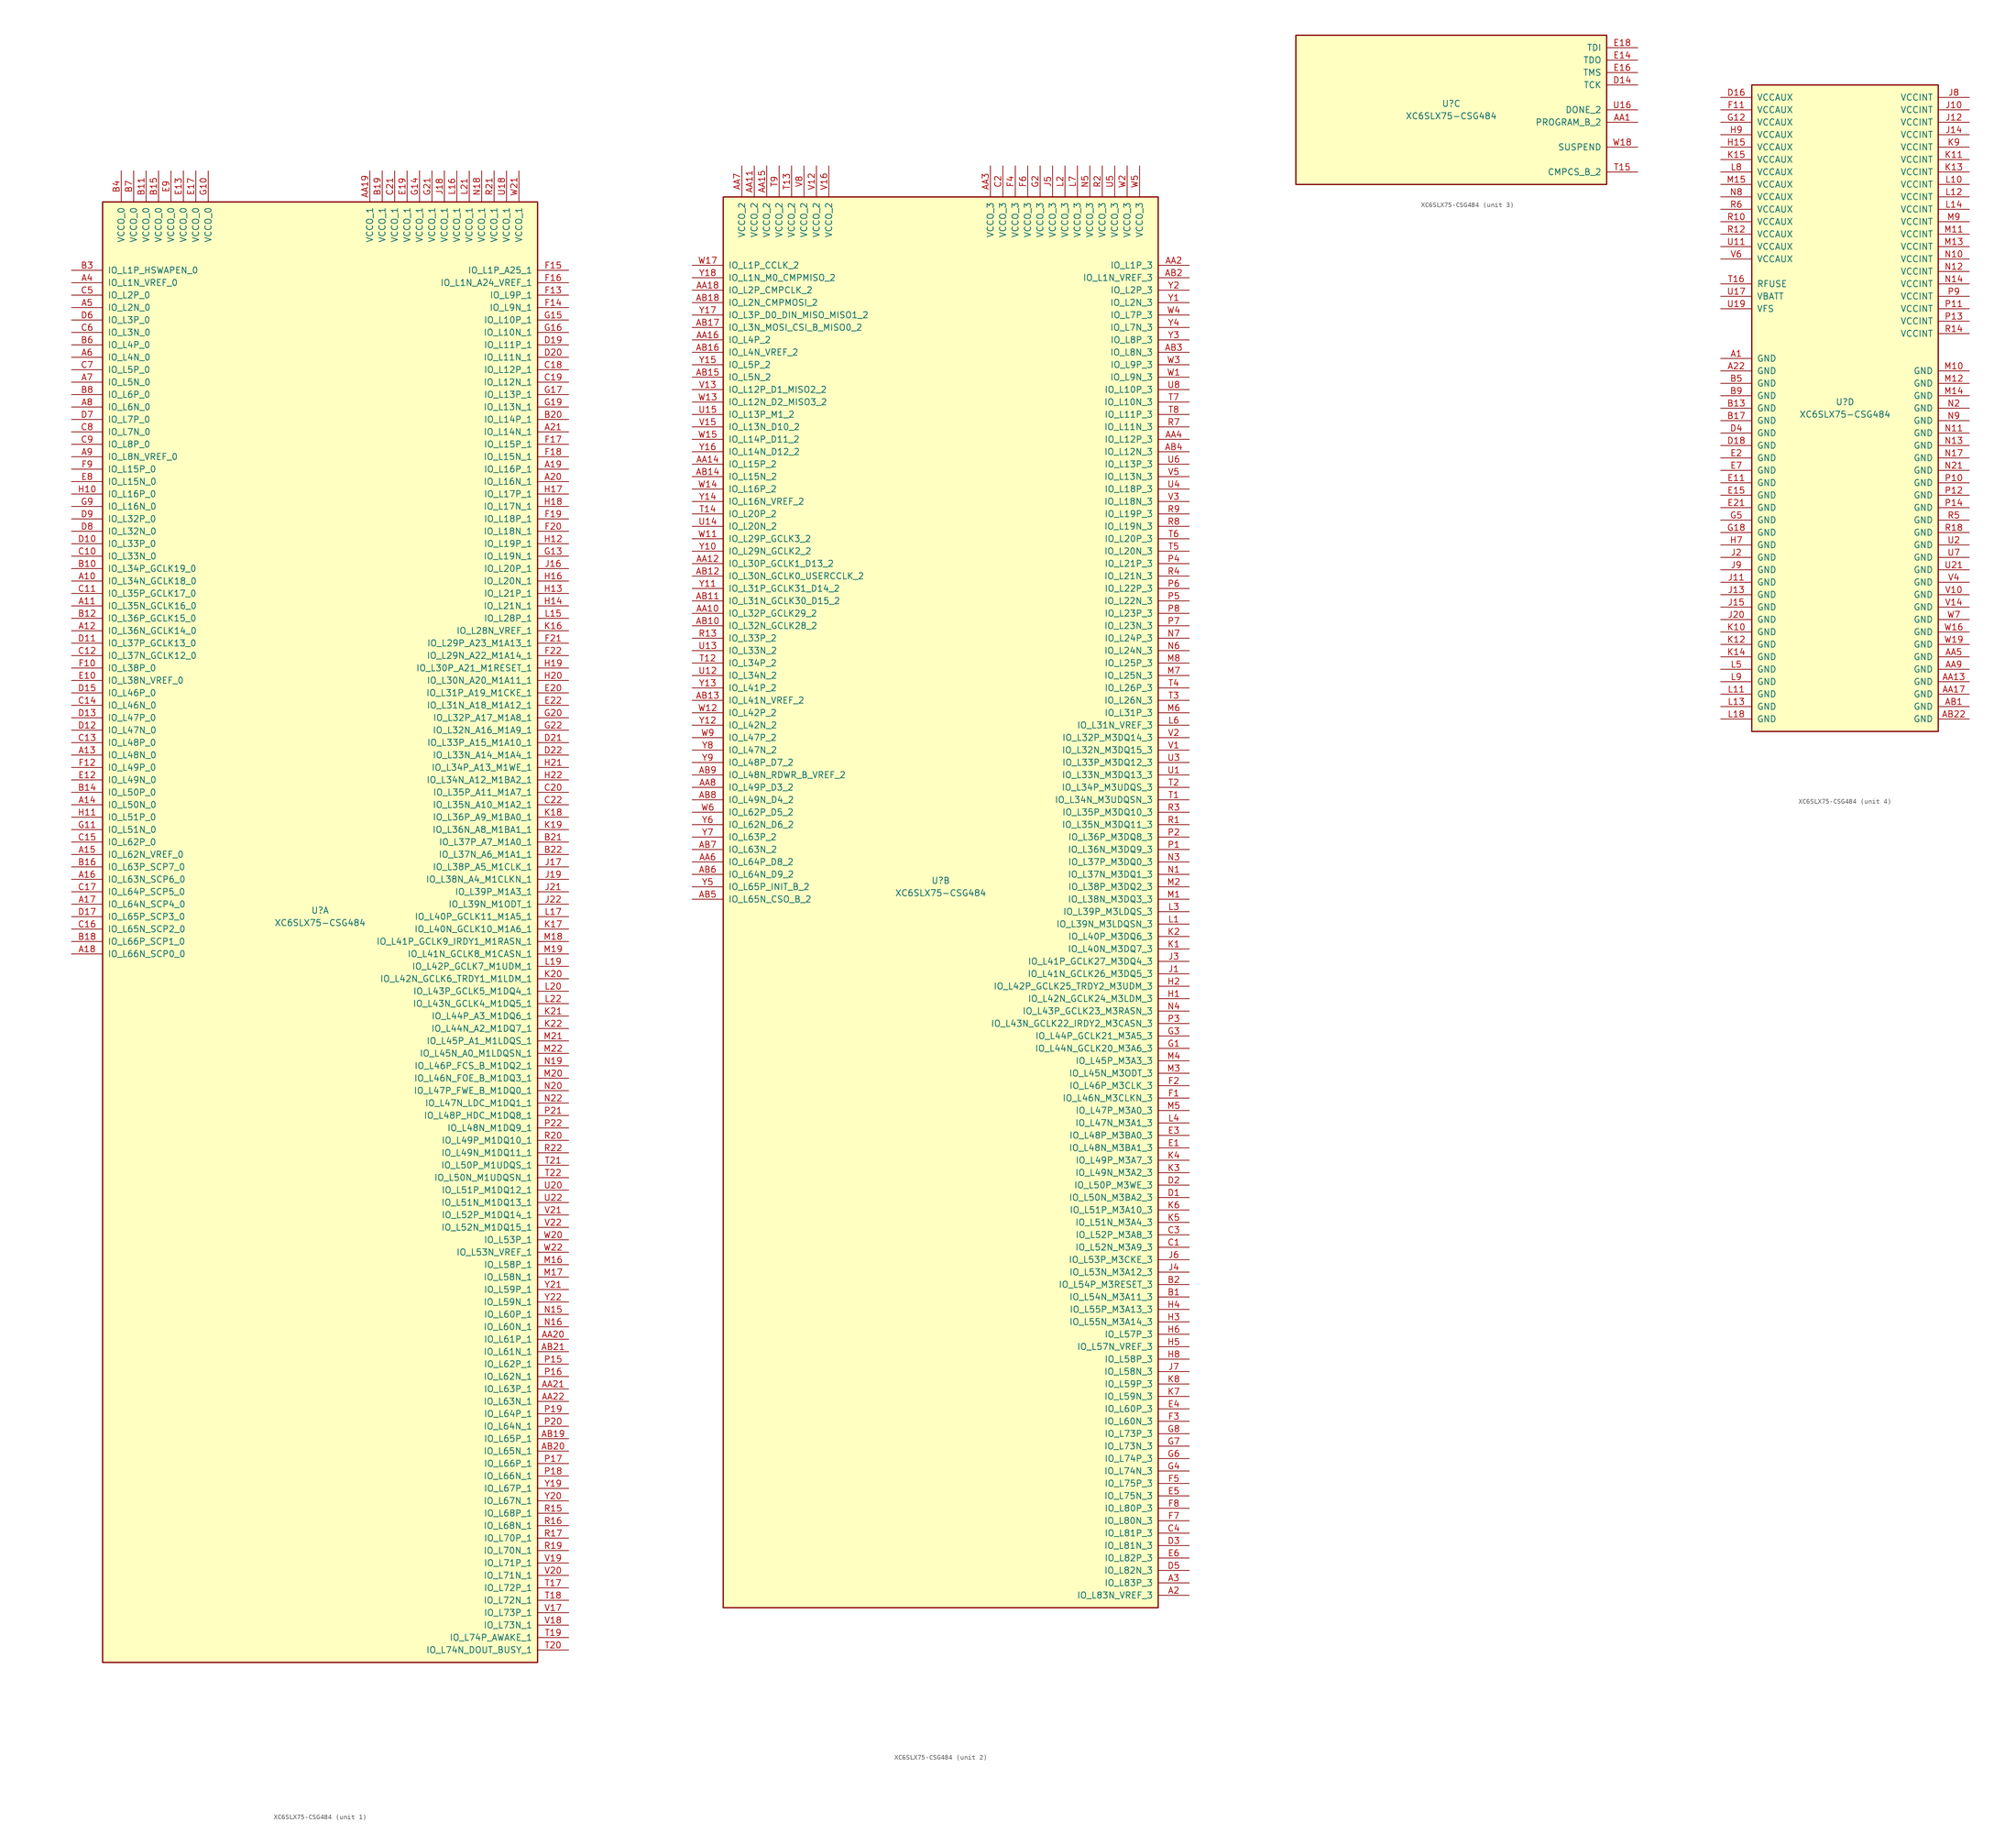
<source format=kicad_sym>
(kicad_symbol_lib
  (version 20220914)
  (generator kicad_symbol_editor)
  (symbol "XC6SLX75-CSG484"
    (pin_names
      (offset 1.016))
    (property "Reference" "U"
      (at 0 1.27 0)
      (effects (font (size 1.27 1.27))))
    (property "Value" "XC6SLX75-CSG484"
      (at 0 -1.27 0)
      (effects (font (size 1.27 1.27))))
    (property "Datasheet" ""
      (at 0 0 0)
      (effects (font (size 1.27 1.27))))
    (property "ki_locked" ""
      (at 0 0 0)
      (effects (font (size 1.27 1.27))))
    (symbol "XC6SLX75-CSG484_1_1"
      (rectangle (start -44.45 146.05) (end 44.45 -152.4) (stroke (width 0.254) (type default)) (fill (type background)))
      (pin bidirectional line (at -50.8 68.58 0) (length 6.35) (name "IO_L34N_GCLK18_0" (effects (font (size 1.27 1.27)))) (number "A10" (effects (font (size 1.27 1.27)))))
      (pin bidirectional line (at -50.8 63.5 0) (length 6.35) (name "IO_L35N_GCLK16_0" (effects (font (size 1.27 1.27)))) (number "A11" (effects (font (size 1.27 1.27)))))
      (pin bidirectional line (at -50.8 58.42 0) (length 6.35) (name "IO_L36N_GCLK14_0" (effects (font (size 1.27 1.27)))) (number "A12" (effects (font (size 1.27 1.27)))))
      (pin bidirectional line (at -50.8 33.02 0) (length 6.35) (name "IO_L48N_0" (effects (font (size 1.27 1.27)))) (number "A13" (effects (font (size 1.27 1.27)))))
      (pin bidirectional line (at -50.8 22.86 0) (length 6.35) (name "IO_L50N_0" (effects (font (size 1.27 1.27)))) (number "A14" (effects (font (size 1.27 1.27)))))
      (pin bidirectional line (at -50.8 12.7 0) (length 6.35) (name "IO_L62N_VREF_0" (effects (font (size 1.27 1.27)))) (number "A15" (effects (font (size 1.27 1.27)))))
      (pin bidirectional line (at -50.8 7.62 0) (length 6.35) (name "IO_L63N_SCP6_0" (effects (font (size 1.27 1.27)))) (number "A16" (effects (font (size 1.27 1.27)))))
      (pin bidirectional line (at -50.8 2.54 0) (length 6.35) (name "IO_L64N_SCP4_0" (effects (font (size 1.27 1.27)))) (number "A17" (effects (font (size 1.27 1.27)))))
      (pin bidirectional line (at -50.8 -7.62 0) (length 6.35) (name "IO_L66N_SCP0_0" (effects (font (size 1.27 1.27)))) (number "A18" (effects (font (size 1.27 1.27)))))
      (pin bidirectional line (at 50.8 91.44 180) (length 6.35) (name "IO_L16P_1" (effects (font (size 1.27 1.27)))) (number "A19" (effects (font (size 1.27 1.27)))))
      (pin bidirectional line (at 50.8 88.9 180) (length 6.35) (name "IO_L16N_1" (effects (font (size 1.27 1.27)))) (number "A20" (effects (font (size 1.27 1.27)))))
      (pin bidirectional line (at 50.8 99.06 180) (length 6.35) (name "IO_L14N_1" (effects (font (size 1.27 1.27)))) (number "A21" (effects (font (size 1.27 1.27)))))
      (pin bidirectional line (at -50.8 129.54 0) (length 6.35) (name "IO_L1N_VREF_0" (effects (font (size 1.27 1.27)))) (number "A4" (effects (font (size 1.27 1.27)))))
      (pin bidirectional line (at -50.8 124.46 0) (length 6.35) (name "IO_L2N_0" (effects (font (size 1.27 1.27)))) (number "A5" (effects (font (size 1.27 1.27)))))
      (pin bidirectional line (at -50.8 114.3 0) (length 6.35) (name "IO_L4N_0" (effects (font (size 1.27 1.27)))) (number "A6" (effects (font (size 1.27 1.27)))))
      (pin bidirectional line (at -50.8 109.22 0) (length 6.35) (name "IO_L5N_0" (effects (font (size 1.27 1.27)))) (number "A7" (effects (font (size 1.27 1.27)))))
      (pin bidirectional line (at -50.8 104.14 0) (length 6.35) (name "IO_L6N_0" (effects (font (size 1.27 1.27)))) (number "A8" (effects (font (size 1.27 1.27)))))
      (pin bidirectional line (at -50.8 93.98 0) (length 6.35) (name "IO_L8N_VREF_0" (effects (font (size 1.27 1.27)))) (number "A9" (effects (font (size 1.27 1.27)))))
      (pin power_in line (at 10.16 152.4 270) (length 6.35) (name "VCCO_1" (effects (font (size 1.27 1.27)))) (number "AA19" (effects (font (size 1.27 1.27)))))
      (pin bidirectional line (at 50.8 -86.36 180) (length 6.35) (name "IO_L61P_1" (effects (font (size 1.27 1.27)))) (number "AA20" (effects (font (size 1.27 1.27)))))
      (pin bidirectional line (at 50.8 -96.52 180) (length 6.35) (name "IO_L63P_1" (effects (font (size 1.27 1.27)))) (number "AA21" (effects (font (size 1.27 1.27)))))
      (pin bidirectional line (at 50.8 -99.06 180) (length 6.35) (name "IO_L63N_1" (effects (font (size 1.27 1.27)))) (number "AA22" (effects (font (size 1.27 1.27)))))
      (pin bidirectional line (at 50.8 -106.68 180) (length 6.35) (name "IO_L65P_1" (effects (font (size 1.27 1.27)))) (number "AB19" (effects (font (size 1.27 1.27)))))
      (pin bidirectional line (at 50.8 -109.22 180) (length 6.35) (name "IO_L65N_1" (effects (font (size 1.27 1.27)))) (number "AB20" (effects (font (size 1.27 1.27)))))
      (pin bidirectional line (at 50.8 -88.9 180) (length 6.35) (name "IO_L61N_1" (effects (font (size 1.27 1.27)))) (number "AB21" (effects (font (size 1.27 1.27)))))
      (pin bidirectional line (at -50.8 71.12 0) (length 6.35) (name "IO_L34P_GCLK19_0" (effects (font (size 1.27 1.27)))) (number "B10" (effects (font (size 1.27 1.27)))))
      (pin power_in line (at -35.56 152.4 270) (length 6.35) (name "VCCO_0" (effects (font (size 1.27 1.27)))) (number "B11" (effects (font (size 1.27 1.27)))))
      (pin bidirectional line (at -50.8 60.96 0) (length 6.35) (name "IO_L36P_GCLK15_0" (effects (font (size 1.27 1.27)))) (number "B12" (effects (font (size 1.27 1.27)))))
      (pin bidirectional line (at -50.8 25.4 0) (length 6.35) (name "IO_L50P_0" (effects (font (size 1.27 1.27)))) (number "B14" (effects (font (size 1.27 1.27)))))
      (pin power_in line (at -33.02 152.4 270) (length 6.35) (name "VCCO_0" (effects (font (size 1.27 1.27)))) (number "B15" (effects (font (size 1.27 1.27)))))
      (pin bidirectional line (at -50.8 10.16 0) (length 6.35) (name "IO_L63P_SCP7_0" (effects (font (size 1.27 1.27)))) (number "B16" (effects (font (size 1.27 1.27)))))
      (pin bidirectional line (at -50.8 -5.08 0) (length 6.35) (name "IO_L66P_SCP1_0" (effects (font (size 1.27 1.27)))) (number "B18" (effects (font (size 1.27 1.27)))))
      (pin power_in line (at 12.7 152.4 270) (length 6.35) (name "VCCO_1" (effects (font (size 1.27 1.27)))) (number "B19" (effects (font (size 1.27 1.27)))))
      (pin bidirectional line (at 50.8 101.6 180) (length 6.35) (name "IO_L14P_1" (effects (font (size 1.27 1.27)))) (number "B20" (effects (font (size 1.27 1.27)))))
      (pin bidirectional line (at 50.8 15.24 180) (length 6.35) (name "IO_L37P_A7_M1A0_1" (effects (font (size 1.27 1.27)))) (number "B21" (effects (font (size 1.27 1.27)))))
      (pin bidirectional line (at 50.8 12.7 180) (length 6.35) (name "IO_L37N_A6_M1A1_1" (effects (font (size 1.27 1.27)))) (number "B22" (effects (font (size 1.27 1.27)))))
      (pin bidirectional line (at -50.8 132.08 0) (length 6.35) (name "IO_L1P_HSWAPEN_0" (effects (font (size 1.27 1.27)))) (number "B3" (effects (font (size 1.27 1.27)))))
      (pin power_in line (at -40.64 152.4 270) (length 6.35) (name "VCCO_0" (effects (font (size 1.27 1.27)))) (number "B4" (effects (font (size 1.27 1.27)))))
      (pin bidirectional line (at -50.8 116.84 0) (length 6.35) (name "IO_L4P_0" (effects (font (size 1.27 1.27)))) (number "B6" (effects (font (size 1.27 1.27)))))
      (pin power_in line (at -38.1 152.4 270) (length 6.35) (name "VCCO_0" (effects (font (size 1.27 1.27)))) (number "B7" (effects (font (size 1.27 1.27)))))
      (pin bidirectional line (at -50.8 106.68 0) (length 6.35) (name "IO_L6P_0" (effects (font (size 1.27 1.27)))) (number "B8" (effects (font (size 1.27 1.27)))))
      (pin bidirectional line (at -50.8 73.66 0) (length 6.35) (name "IO_L33N_0" (effects (font (size 1.27 1.27)))) (number "C10" (effects (font (size 1.27 1.27)))))
      (pin bidirectional line (at -50.8 66.04 0) (length 6.35) (name "IO_L35P_GCLK17_0" (effects (font (size 1.27 1.27)))) (number "C11" (effects (font (size 1.27 1.27)))))
      (pin bidirectional line (at -50.8 53.34 0) (length 6.35) (name "IO_L37N_GCLK12_0" (effects (font (size 1.27 1.27)))) (number "C12" (effects (font (size 1.27 1.27)))))
      (pin bidirectional line (at -50.8 35.56 0) (length 6.35) (name "IO_L48P_0" (effects (font (size 1.27 1.27)))) (number "C13" (effects (font (size 1.27 1.27)))))
      (pin bidirectional line (at -50.8 43.18 0) (length 6.35) (name "IO_L46N_0" (effects (font (size 1.27 1.27)))) (number "C14" (effects (font (size 1.27 1.27)))))
      (pin bidirectional line (at -50.8 15.24 0) (length 6.35) (name "IO_L62P_0" (effects (font (size 1.27 1.27)))) (number "C15" (effects (font (size 1.27 1.27)))))
      (pin bidirectional line (at -50.8 -2.54 0) (length 6.35) (name "IO_L65N_SCP2_0" (effects (font (size 1.27 1.27)))) (number "C16" (effects (font (size 1.27 1.27)))))
      (pin bidirectional line (at -50.8 5.08 0) (length 6.35) (name "IO_L64P_SCP5_0" (effects (font (size 1.27 1.27)))) (number "C17" (effects (font (size 1.27 1.27)))))
      (pin bidirectional line (at 50.8 111.76 180) (length 6.35) (name "IO_L12P_1" (effects (font (size 1.27 1.27)))) (number "C18" (effects (font (size 1.27 1.27)))))
      (pin bidirectional line (at 50.8 109.22 180) (length 6.35) (name "IO_L12N_1" (effects (font (size 1.27 1.27)))) (number "C19" (effects (font (size 1.27 1.27)))))
      (pin bidirectional line (at 50.8 25.4 180) (length 6.35) (name "IO_L35P_A11_M1A7_1" (effects (font (size 1.27 1.27)))) (number "C20" (effects (font (size 1.27 1.27)))))
      (pin power_in line (at 15.24 152.4 270) (length 6.35) (name "VCCO_1" (effects (font (size 1.27 1.27)))) (number "C21" (effects (font (size 1.27 1.27)))))
      (pin bidirectional line (at 50.8 22.86 180) (length 6.35) (name "IO_L35N_A10_M1A2_1" (effects (font (size 1.27 1.27)))) (number "C22" (effects (font (size 1.27 1.27)))))
      (pin bidirectional line (at -50.8 127 0) (length 6.35) (name "IO_L2P_0" (effects (font (size 1.27 1.27)))) (number "C5" (effects (font (size 1.27 1.27)))))
      (pin bidirectional line (at -50.8 119.38 0) (length 6.35) (name "IO_L3N_0" (effects (font (size 1.27 1.27)))) (number "C6" (effects (font (size 1.27 1.27)))))
      (pin bidirectional line (at -50.8 111.76 0) (length 6.35) (name "IO_L5P_0" (effects (font (size 1.27 1.27)))) (number "C7" (effects (font (size 1.27 1.27)))))
      (pin bidirectional line (at -50.8 99.06 0) (length 6.35) (name "IO_L7N_0" (effects (font (size 1.27 1.27)))) (number "C8" (effects (font (size 1.27 1.27)))))
      (pin bidirectional line (at -50.8 96.52 0) (length 6.35) (name "IO_L8P_0" (effects (font (size 1.27 1.27)))) (number "C9" (effects (font (size 1.27 1.27)))))
      (pin bidirectional line (at -50.8 76.2 0) (length 6.35) (name "IO_L33P_0" (effects (font (size 1.27 1.27)))) (number "D10" (effects (font (size 1.27 1.27)))))
      (pin bidirectional line (at -50.8 55.88 0) (length 6.35) (name "IO_L37P_GCLK13_0" (effects (font (size 1.27 1.27)))) (number "D11" (effects (font (size 1.27 1.27)))))
      (pin bidirectional line (at -50.8 38.1 0) (length 6.35) (name "IO_L47N_0" (effects (font (size 1.27 1.27)))) (number "D12" (effects (font (size 1.27 1.27)))))
      (pin bidirectional line (at -50.8 40.64 0) (length 6.35) (name "IO_L47P_0" (effects (font (size 1.27 1.27)))) (number "D13" (effects (font (size 1.27 1.27)))))
      (pin bidirectional line (at -50.8 45.72 0) (length 6.35) (name "IO_L46P_0" (effects (font (size 1.27 1.27)))) (number "D15" (effects (font (size 1.27 1.27)))))
      (pin bidirectional line (at -50.8 0 0) (length 6.35) (name "IO_L65P_SCP3_0" (effects (font (size 1.27 1.27)))) (number "D17" (effects (font (size 1.27 1.27)))))
      (pin bidirectional line (at 50.8 116.84 180) (length 6.35) (name "IO_L11P_1" (effects (font (size 1.27 1.27)))) (number "D19" (effects (font (size 1.27 1.27)))))
      (pin bidirectional line (at 50.8 114.3 180) (length 6.35) (name "IO_L11N_1" (effects (font (size 1.27 1.27)))) (number "D20" (effects (font (size 1.27 1.27)))))
      (pin bidirectional line (at 50.8 35.56 180) (length 6.35) (name "IO_L33P_A15_M1A10_1" (effects (font (size 1.27 1.27)))) (number "D21" (effects (font (size 1.27 1.27)))))
      (pin bidirectional line (at 50.8 33.02 180) (length 6.35) (name "IO_L33N_A14_M1A4_1" (effects (font (size 1.27 1.27)))) (number "D22" (effects (font (size 1.27 1.27)))))
      (pin bidirectional line (at -50.8 121.92 0) (length 6.35) (name "IO_L3P_0" (effects (font (size 1.27 1.27)))) (number "D6" (effects (font (size 1.27 1.27)))))
      (pin bidirectional line (at -50.8 101.6 0) (length 6.35) (name "IO_L7P_0" (effects (font (size 1.27 1.27)))) (number "D7" (effects (font (size 1.27 1.27)))))
      (pin bidirectional line (at -50.8 78.74 0) (length 6.35) (name "IO_L32N_0" (effects (font (size 1.27 1.27)))) (number "D8" (effects (font (size 1.27 1.27)))))
      (pin bidirectional line (at -50.8 81.28 0) (length 6.35) (name "IO_L32P_0" (effects (font (size 1.27 1.27)))) (number "D9" (effects (font (size 1.27 1.27)))))
      (pin bidirectional line (at -50.8 48.26 0) (length 6.35) (name "IO_L38N_VREF_0" (effects (font (size 1.27 1.27)))) (number "E10" (effects (font (size 1.27 1.27)))))
      (pin bidirectional line (at -50.8 27.94 0) (length 6.35) (name "IO_L49N_0" (effects (font (size 1.27 1.27)))) (number "E12" (effects (font (size 1.27 1.27)))))
      (pin power_in line (at -27.94 152.4 270) (length 6.35) (name "VCCO_0" (effects (font (size 1.27 1.27)))) (number "E13" (effects (font (size 1.27 1.27)))))
      (pin power_in line (at -25.4 152.4 270) (length 6.35) (name "VCCO_0" (effects (font (size 1.27 1.27)))) (number "E17" (effects (font (size 1.27 1.27)))))
      (pin power_in line (at 17.78 152.4 270) (length 6.35) (name "VCCO_1" (effects (font (size 1.27 1.27)))) (number "E19" (effects (font (size 1.27 1.27)))))
      (pin bidirectional line (at 50.8 45.72 180) (length 6.35) (name "IO_L31P_A19_M1CKE_1" (effects (font (size 1.27 1.27)))) (number "E20" (effects (font (size 1.27 1.27)))))
      (pin bidirectional line (at 50.8 43.18 180) (length 6.35) (name "IO_L31N_A18_M1A12_1" (effects (font (size 1.27 1.27)))) (number "E22" (effects (font (size 1.27 1.27)))))
      (pin bidirectional line (at -50.8 88.9 0) (length 6.35) (name "IO_L15N_0" (effects (font (size 1.27 1.27)))) (number "E8" (effects (font (size 1.27 1.27)))))
      (pin power_in line (at -30.48 152.4 270) (length 6.35) (name "VCCO_0" (effects (font (size 1.27 1.27)))) (number "E9" (effects (font (size 1.27 1.27)))))
      (pin bidirectional line (at -50.8 50.8 0) (length 6.35) (name "IO_L38P_0" (effects (font (size 1.27 1.27)))) (number "F10" (effects (font (size 1.27 1.27)))))
      (pin bidirectional line (at -50.8 30.48 0) (length 6.35) (name "IO_L49P_0" (effects (font (size 1.27 1.27)))) (number "F12" (effects (font (size 1.27 1.27)))))
      (pin bidirectional line (at 50.8 127 180) (length 6.35) (name "IO_L9P_1" (effects (font (size 1.27 1.27)))) (number "F13" (effects (font (size 1.27 1.27)))))
      (pin bidirectional line (at 50.8 124.46 180) (length 6.35) (name "IO_L9N_1" (effects (font (size 1.27 1.27)))) (number "F14" (effects (font (size 1.27 1.27)))))
      (pin bidirectional line (at 50.8 132.08 180) (length 6.35) (name "IO_L1P_A25_1" (effects (font (size 1.27 1.27)))) (number "F15" (effects (font (size 1.27 1.27)))))
      (pin bidirectional line (at 50.8 129.54 180) (length 6.35) (name "IO_L1N_A24_VREF_1" (effects (font (size 1.27 1.27)))) (number "F16" (effects (font (size 1.27 1.27)))))
      (pin bidirectional line (at 50.8 96.52 180) (length 6.35) (name "IO_L15P_1" (effects (font (size 1.27 1.27)))) (number "F17" (effects (font (size 1.27 1.27)))))
      (pin bidirectional line (at 50.8 93.98 180) (length 6.35) (name "IO_L15N_1" (effects (font (size 1.27 1.27)))) (number "F18" (effects (font (size 1.27 1.27)))))
      (pin bidirectional line (at 50.8 81.28 180) (length 6.35) (name "IO_L18P_1" (effects (font (size 1.27 1.27)))) (number "F19" (effects (font (size 1.27 1.27)))))
      (pin bidirectional line (at 50.8 78.74 180) (length 6.35) (name "IO_L18N_1" (effects (font (size 1.27 1.27)))) (number "F20" (effects (font (size 1.27 1.27)))))
      (pin bidirectional line (at 50.8 55.88 180) (length 6.35) (name "IO_L29P_A23_M1A13_1" (effects (font (size 1.27 1.27)))) (number "F21" (effects (font (size 1.27 1.27)))))
      (pin bidirectional line (at 50.8 53.34 180) (length 6.35) (name "IO_L29N_A22_M1A14_1" (effects (font (size 1.27 1.27)))) (number "F22" (effects (font (size 1.27 1.27)))))
      (pin bidirectional line (at -50.8 91.44 0) (length 6.35) (name "IO_L15P_0" (effects (font (size 1.27 1.27)))) (number "F9" (effects (font (size 1.27 1.27)))))
      (pin power_in line (at -22.86 152.4 270) (length 6.35) (name "VCCO_0" (effects (font (size 1.27 1.27)))) (number "G10" (effects (font (size 1.27 1.27)))))
      (pin bidirectional line (at -50.8 17.78 0) (length 6.35) (name "IO_L51N_0" (effects (font (size 1.27 1.27)))) (number "G11" (effects (font (size 1.27 1.27)))))
      (pin bidirectional line (at 50.8 73.66 180) (length 6.35) (name "IO_L19N_1" (effects (font (size 1.27 1.27)))) (number "G13" (effects (font (size 1.27 1.27)))))
      (pin power_in line (at 20.32 152.4 270) (length 6.35) (name "VCCO_1" (effects (font (size 1.27 1.27)))) (number "G14" (effects (font (size 1.27 1.27)))))
      (pin bidirectional line (at 50.8 121.92 180) (length 6.35) (name "IO_L10P_1" (effects (font (size 1.27 1.27)))) (number "G15" (effects (font (size 1.27 1.27)))))
      (pin bidirectional line (at 50.8 119.38 180) (length 6.35) (name "IO_L10N_1" (effects (font (size 1.27 1.27)))) (number "G16" (effects (font (size 1.27 1.27)))))
      (pin bidirectional line (at 50.8 106.68 180) (length 6.35) (name "IO_L13P_1" (effects (font (size 1.27 1.27)))) (number "G17" (effects (font (size 1.27 1.27)))))
      (pin bidirectional line (at 50.8 104.14 180) (length 6.35) (name "IO_L13N_1" (effects (font (size 1.27 1.27)))) (number "G19" (effects (font (size 1.27 1.27)))))
      (pin bidirectional line (at 50.8 40.64 180) (length 6.35) (name "IO_L32P_A17_M1A8_1" (effects (font (size 1.27 1.27)))) (number "G20" (effects (font (size 1.27 1.27)))))
      (pin power_in line (at 22.86 152.4 270) (length 6.35) (name "VCCO_1" (effects (font (size 1.27 1.27)))) (number "G21" (effects (font (size 1.27 1.27)))))
      (pin bidirectional line (at 50.8 38.1 180) (length 6.35) (name "IO_L32N_A16_M1A9_1" (effects (font (size 1.27 1.27)))) (number "G22" (effects (font (size 1.27 1.27)))))
      (pin bidirectional line (at -50.8 83.82 0) (length 6.35) (name "IO_L16N_0" (effects (font (size 1.27 1.27)))) (number "G9" (effects (font (size 1.27 1.27)))))
      (pin bidirectional line (at -50.8 86.36 0) (length 6.35) (name "IO_L16P_0" (effects (font (size 1.27 1.27)))) (number "H10" (effects (font (size 1.27 1.27)))))
      (pin bidirectional line (at -50.8 20.32 0) (length 6.35) (name "IO_L51P_0" (effects (font (size 1.27 1.27)))) (number "H11" (effects (font (size 1.27 1.27)))))
      (pin bidirectional line (at 50.8 76.2 180) (length 6.35) (name "IO_L19P_1" (effects (font (size 1.27 1.27)))) (number "H12" (effects (font (size 1.27 1.27)))))
      (pin bidirectional line (at 50.8 66.04 180) (length 6.35) (name "IO_L21P_1" (effects (font (size 1.27 1.27)))) (number "H13" (effects (font (size 1.27 1.27)))))
      (pin bidirectional line (at 50.8 63.5 180) (length 6.35) (name "IO_L21N_1" (effects (font (size 1.27 1.27)))) (number "H14" (effects (font (size 1.27 1.27)))))
      (pin bidirectional line (at 50.8 68.58 180) (length 6.35) (name "IO_L20N_1" (effects (font (size 1.27 1.27)))) (number "H16" (effects (font (size 1.27 1.27)))))
      (pin bidirectional line (at 50.8 86.36 180) (length 6.35) (name "IO_L17P_1" (effects (font (size 1.27 1.27)))) (number "H17" (effects (font (size 1.27 1.27)))))
      (pin bidirectional line (at 50.8 83.82 180) (length 6.35) (name "IO_L17N_1" (effects (font (size 1.27 1.27)))) (number "H18" (effects (font (size 1.27 1.27)))))
      (pin bidirectional line (at 50.8 50.8 180) (length 6.35) (name "IO_L30P_A21_M1RESET_1" (effects (font (size 1.27 1.27)))) (number "H19" (effects (font (size 1.27 1.27)))))
      (pin bidirectional line (at 50.8 48.26 180) (length 6.35) (name "IO_L30N_A20_M1A11_1" (effects (font (size 1.27 1.27)))) (number "H20" (effects (font (size 1.27 1.27)))))
      (pin bidirectional line (at 50.8 30.48 180) (length 6.35) (name "IO_L34P_A13_M1WE_1" (effects (font (size 1.27 1.27)))) (number "H21" (effects (font (size 1.27 1.27)))))
      (pin bidirectional line (at 50.8 27.94 180) (length 6.35) (name "IO_L34N_A12_M1BA2_1" (effects (font (size 1.27 1.27)))) (number "H22" (effects (font (size 1.27 1.27)))))
      (pin bidirectional line (at 50.8 71.12 180) (length 6.35) (name "IO_L20P_1" (effects (font (size 1.27 1.27)))) (number "J16" (effects (font (size 1.27 1.27)))))
      (pin bidirectional line (at 50.8 10.16 180) (length 6.35) (name "IO_L38P_A5_M1CLK_1" (effects (font (size 1.27 1.27)))) (number "J17" (effects (font (size 1.27 1.27)))))
      (pin power_in line (at 25.4 152.4 270) (length 6.35) (name "VCCO_1" (effects (font (size 1.27 1.27)))) (number "J18" (effects (font (size 1.27 1.27)))))
      (pin bidirectional line (at 50.8 7.62 180) (length 6.35) (name "IO_L38N_A4_M1CLKN_1" (effects (font (size 1.27 1.27)))) (number "J19" (effects (font (size 1.27 1.27)))))
      (pin bidirectional line (at 50.8 5.08 180) (length 6.35) (name "IO_L39P_M1A3_1" (effects (font (size 1.27 1.27)))) (number "J21" (effects (font (size 1.27 1.27)))))
      (pin bidirectional line (at 50.8 2.54 180) (length 6.35) (name "IO_L39N_M1ODT_1" (effects (font (size 1.27 1.27)))) (number "J22" (effects (font (size 1.27 1.27)))))
      (pin bidirectional line (at 50.8 58.42 180) (length 6.35) (name "IO_L28N_VREF_1" (effects (font (size 1.27 1.27)))) (number "K16" (effects (font (size 1.27 1.27)))))
      (pin bidirectional line (at 50.8 -2.54 180) (length 6.35) (name "IO_L40N_GCLK10_M1A6_1" (effects (font (size 1.27 1.27)))) (number "K17" (effects (font (size 1.27 1.27)))))
      (pin bidirectional line (at 50.8 20.32 180) (length 6.35) (name "IO_L36P_A9_M1BA0_1" (effects (font (size 1.27 1.27)))) (number "K18" (effects (font (size 1.27 1.27)))))
      (pin bidirectional line (at 50.8 17.78 180) (length 6.35) (name "IO_L36N_A8_M1BA1_1" (effects (font (size 1.27 1.27)))) (number "K19" (effects (font (size 1.27 1.27)))))
      (pin bidirectional line (at 50.8 -12.7 180) (length 6.35) (name "IO_L42N_GCLK6_TRDY1_M1LDM_1" (effects (font (size 1.27 1.27)))) (number "K20" (effects (font (size 1.27 1.27)))))
      (pin bidirectional line (at 50.8 -20.32 180) (length 6.35) (name "IO_L44P_A3_M1DQ6_1" (effects (font (size 1.27 1.27)))) (number "K21" (effects (font (size 1.27 1.27)))))
      (pin bidirectional line (at 50.8 -22.86 180) (length 6.35) (name "IO_L44N_A2_M1DQ7_1" (effects (font (size 1.27 1.27)))) (number "K22" (effects (font (size 1.27 1.27)))))
      (pin bidirectional line (at 50.8 60.96 180) (length 6.35) (name "IO_L28P_1" (effects (font (size 1.27 1.27)))) (number "L15" (effects (font (size 1.27 1.27)))))
      (pin power_in line (at 27.94 152.4 270) (length 6.35) (name "VCCO_1" (effects (font (size 1.27 1.27)))) (number "L16" (effects (font (size 1.27 1.27)))))
      (pin bidirectional line (at 50.8 0 180) (length 6.35) (name "IO_L40P_GCLK11_M1A5_1" (effects (font (size 1.27 1.27)))) (number "L17" (effects (font (size 1.27 1.27)))))
      (pin bidirectional line (at 50.8 -10.16 180) (length 6.35) (name "IO_L42P_GCLK7_M1UDM_1" (effects (font (size 1.27 1.27)))) (number "L19" (effects (font (size 1.27 1.27)))))
      (pin bidirectional line (at 50.8 -15.24 180) (length 6.35) (name "IO_L43P_GCLK5_M1DQ4_1" (effects (font (size 1.27 1.27)))) (number "L20" (effects (font (size 1.27 1.27)))))
      (pin power_in line (at 30.48 152.4 270) (length 6.35) (name "VCCO_1" (effects (font (size 1.27 1.27)))) (number "L21" (effects (font (size 1.27 1.27)))))
      (pin bidirectional line (at 50.8 -17.78 180) (length 6.35) (name "IO_L43N_GCLK4_M1DQ5_1" (effects (font (size 1.27 1.27)))) (number "L22" (effects (font (size 1.27 1.27)))))
      (pin bidirectional line (at 50.8 -71.12 180) (length 6.35) (name "IO_L58P_1" (effects (font (size 1.27 1.27)))) (number "M16" (effects (font (size 1.27 1.27)))))
      (pin bidirectional line (at 50.8 -73.66 180) (length 6.35) (name "IO_L58N_1" (effects (font (size 1.27 1.27)))) (number "M17" (effects (font (size 1.27 1.27)))))
      (pin bidirectional line (at 50.8 -5.08 180) (length 6.35) (name "IO_L41P_GCLK9_IRDY1_M1RASN_1" (effects (font (size 1.27 1.27)))) (number "M18" (effects (font (size 1.27 1.27)))))
      (pin bidirectional line (at 50.8 -7.62 180) (length 6.35) (name "IO_L41N_GCLK8_M1CASN_1" (effects (font (size 1.27 1.27)))) (number "M19" (effects (font (size 1.27 1.27)))))
      (pin bidirectional line (at 50.8 -33.02 180) (length 6.35) (name "IO_L46N_FOE_B_M1DQ3_1" (effects (font (size 1.27 1.27)))) (number "M20" (effects (font (size 1.27 1.27)))))
      (pin bidirectional line (at 50.8 -25.4 180) (length 6.35) (name "IO_L45P_A1_M1LDQS_1" (effects (font (size 1.27 1.27)))) (number "M21" (effects (font (size 1.27 1.27)))))
      (pin bidirectional line (at 50.8 -27.94 180) (length 6.35) (name "IO_L45N_A0_M1LDQSN_1" (effects (font (size 1.27 1.27)))) (number "M22" (effects (font (size 1.27 1.27)))))
      (pin bidirectional line (at 50.8 -81.28 180) (length 6.35) (name "IO_L60P_1" (effects (font (size 1.27 1.27)))) (number "N15" (effects (font (size 1.27 1.27)))))
      (pin bidirectional line (at 50.8 -83.82 180) (length 6.35) (name "IO_L60N_1" (effects (font (size 1.27 1.27)))) (number "N16" (effects (font (size 1.27 1.27)))))
      (pin power_in line (at 33.02 152.4 270) (length 6.35) (name "VCCO_1" (effects (font (size 1.27 1.27)))) (number "N18" (effects (font (size 1.27 1.27)))))
      (pin bidirectional line (at 50.8 -30.48 180) (length 6.35) (name "IO_L46P_FCS_B_M1DQ2_1" (effects (font (size 1.27 1.27)))) (number "N19" (effects (font (size 1.27 1.27)))))
      (pin bidirectional line (at 50.8 -35.56 180) (length 6.35) (name "IO_L47P_FWE_B_M1DQ0_1" (effects (font (size 1.27 1.27)))) (number "N20" (effects (font (size 1.27 1.27)))))
      (pin bidirectional line (at 50.8 -38.1 180) (length 6.35) (name "IO_L47N_LDC_M1DQ1_1" (effects (font (size 1.27 1.27)))) (number "N22" (effects (font (size 1.27 1.27)))))
      (pin bidirectional line (at 50.8 -91.44 180) (length 6.35) (name "IO_L62P_1" (effects (font (size 1.27 1.27)))) (number "P15" (effects (font (size 1.27 1.27)))))
      (pin bidirectional line (at 50.8 -93.98 180) (length 6.35) (name "IO_L62N_1" (effects (font (size 1.27 1.27)))) (number "P16" (effects (font (size 1.27 1.27)))))
      (pin bidirectional line (at 50.8 -111.76 180) (length 6.35) (name "IO_L66P_1" (effects (font (size 1.27 1.27)))) (number "P17" (effects (font (size 1.27 1.27)))))
      (pin bidirectional line (at 50.8 -114.3 180) (length 6.35) (name "IO_L66N_1" (effects (font (size 1.27 1.27)))) (number "P18" (effects (font (size 1.27 1.27)))))
      (pin bidirectional line (at 50.8 -101.6 180) (length 6.35) (name "IO_L64P_1" (effects (font (size 1.27 1.27)))) (number "P19" (effects (font (size 1.27 1.27)))))
      (pin bidirectional line (at 50.8 -104.14 180) (length 6.35) (name "IO_L64N_1" (effects (font (size 1.27 1.27)))) (number "P20" (effects (font (size 1.27 1.27)))))
      (pin bidirectional line (at 50.8 -40.64 180) (length 6.35) (name "IO_L48P_HDC_M1DQ8_1" (effects (font (size 1.27 1.27)))) (number "P21" (effects (font (size 1.27 1.27)))))
      (pin bidirectional line (at 50.8 -43.18 180) (length 6.35) (name "IO_L48N_M1DQ9_1" (effects (font (size 1.27 1.27)))) (number "P22" (effects (font (size 1.27 1.27)))))
      (pin bidirectional line (at 50.8 -121.92 180) (length 6.35) (name "IO_L68P_1" (effects (font (size 1.27 1.27)))) (number "R15" (effects (font (size 1.27 1.27)))))
      (pin bidirectional line (at 50.8 -124.46 180) (length 6.35) (name "IO_L68N_1" (effects (font (size 1.27 1.27)))) (number "R16" (effects (font (size 1.27 1.27)))))
      (pin bidirectional line (at 50.8 -127 180) (length 6.35) (name "IO_L70P_1" (effects (font (size 1.27 1.27)))) (number "R17" (effects (font (size 1.27 1.27)))))
      (pin bidirectional line (at 50.8 -129.54 180) (length 6.35) (name "IO_L70N_1" (effects (font (size 1.27 1.27)))) (number "R19" (effects (font (size 1.27 1.27)))))
      (pin bidirectional line (at 50.8 -45.72 180) (length 6.35) (name "IO_L49P_M1DQ10_1" (effects (font (size 1.27 1.27)))) (number "R20" (effects (font (size 1.27 1.27)))))
      (pin power_in line (at 35.56 152.4 270) (length 6.35) (name "VCCO_1" (effects (font (size 1.27 1.27)))) (number "R21" (effects (font (size 1.27 1.27)))))
      (pin bidirectional line (at 50.8 -48.26 180) (length 6.35) (name "IO_L49N_M1DQ11_1" (effects (font (size 1.27 1.27)))) (number "R22" (effects (font (size 1.27 1.27)))))
      (pin bidirectional line (at 50.8 -137.16 180) (length 6.35) (name "IO_L72P_1" (effects (font (size 1.27 1.27)))) (number "T17" (effects (font (size 1.27 1.27)))))
      (pin bidirectional line (at 50.8 -139.7 180) (length 6.35) (name "IO_L72N_1" (effects (font (size 1.27 1.27)))) (number "T18" (effects (font (size 1.27 1.27)))))
      (pin bidirectional line (at 50.8 -147.32 180) (length 6.35) (name "IO_L74P_AWAKE_1" (effects (font (size 1.27 1.27)))) (number "T19" (effects (font (size 1.27 1.27)))))
      (pin bidirectional line (at 50.8 -149.86 180) (length 6.35) (name "IO_L74N_DOUT_BUSY_1" (effects (font (size 1.27 1.27)))) (number "T20" (effects (font (size 1.27 1.27)))))
      (pin bidirectional line (at 50.8 -50.8 180) (length 6.35) (name "IO_L50P_M1UDQS_1" (effects (font (size 1.27 1.27)))) (number "T21" (effects (font (size 1.27 1.27)))))
      (pin bidirectional line (at 50.8 -53.34 180) (length 6.35) (name "IO_L50N_M1UDQSN_1" (effects (font (size 1.27 1.27)))) (number "T22" (effects (font (size 1.27 1.27)))))
      (pin power_in line (at 38.1 152.4 270) (length 6.35) (name "VCCO_1" (effects (font (size 1.27 1.27)))) (number "U18" (effects (font (size 1.27 1.27)))))
      (pin bidirectional line (at 50.8 -55.88 180) (length 6.35) (name "IO_L51P_M1DQ12_1" (effects (font (size 1.27 1.27)))) (number "U20" (effects (font (size 1.27 1.27)))))
      (pin bidirectional line (at 50.8 -58.42 180) (length 6.35) (name "IO_L51N_M1DQ13_1" (effects (font (size 1.27 1.27)))) (number "U22" (effects (font (size 1.27 1.27)))))
      (pin bidirectional line (at 50.8 -142.24 180) (length 6.35) (name "IO_L73P_1" (effects (font (size 1.27 1.27)))) (number "V17" (effects (font (size 1.27 1.27)))))
      (pin bidirectional line (at 50.8 -144.78 180) (length 6.35) (name "IO_L73N_1" (effects (font (size 1.27 1.27)))) (number "V18" (effects (font (size 1.27 1.27)))))
      (pin bidirectional line (at 50.8 -132.08 180) (length 6.35) (name "IO_L71P_1" (effects (font (size 1.27 1.27)))) (number "V19" (effects (font (size 1.27 1.27)))))
      (pin bidirectional line (at 50.8 -134.62 180) (length 6.35) (name "IO_L71N_1" (effects (font (size 1.27 1.27)))) (number "V20" (effects (font (size 1.27 1.27)))))
      (pin bidirectional line (at 50.8 -60.96 180) (length 6.35) (name "IO_L52P_M1DQ14_1" (effects (font (size 1.27 1.27)))) (number "V21" (effects (font (size 1.27 1.27)))))
      (pin bidirectional line (at 50.8 -63.5 180) (length 6.35) (name "IO_L52N_M1DQ15_1" (effects (font (size 1.27 1.27)))) (number "V22" (effects (font (size 1.27 1.27)))))
      (pin bidirectional line (at 50.8 -66.04 180) (length 6.35) (name "IO_L53P_1" (effects (font (size 1.27 1.27)))) (number "W20" (effects (font (size 1.27 1.27)))))
      (pin power_in line (at 40.64 152.4 270) (length 6.35) (name "VCCO_1" (effects (font (size 1.27 1.27)))) (number "W21" (effects (font (size 1.27 1.27)))))
      (pin bidirectional line (at 50.8 -68.58 180) (length 6.35) (name "IO_L53N_VREF_1" (effects (font (size 1.27 1.27)))) (number "W22" (effects (font (size 1.27 1.27)))))
      (pin bidirectional line (at 50.8 -116.84 180) (length 6.35) (name "IO_L67P_1" (effects (font (size 1.27 1.27)))) (number "Y19" (effects (font (size 1.27 1.27)))))
      (pin bidirectional line (at 50.8 -119.38 180) (length 6.35) (name "IO_L67N_1" (effects (font (size 1.27 1.27)))) (number "Y20" (effects (font (size 1.27 1.27)))))
      (pin bidirectional line (at 50.8 -76.2 180) (length 6.35) (name "IO_L59P_1" (effects (font (size 1.27 1.27)))) (number "Y21" (effects (font (size 1.27 1.27)))))
      (pin bidirectional line (at 50.8 -78.74 180) (length 6.35) (name "IO_L59N_1" (effects (font (size 1.27 1.27)))) (number "Y22" (effects (font (size 1.27 1.27))))))
    (symbol "XC6SLX75-CSG484_2_1"
      (rectangle (start -44.45 140.97) (end 44.45 -147.32) (stroke (width 0.254) (type default)) (fill (type background)))
      (pin bidirectional line (at 50.8 -144.78 180) (length 6.35) (name "IO_L83N_VREF_3" (effects (font (size 1.27 1.27)))) (number "A2" (effects (font (size 1.27 1.27)))))
      (pin bidirectional line (at 50.8 -142.24 180) (length 6.35) (name "IO_L83P_3" (effects (font (size 1.27 1.27)))) (number "A3" (effects (font (size 1.27 1.27)))))
      (pin bidirectional line (at -50.8 55.88 0) (length 6.35) (name "IO_L32P_GCLK29_2" (effects (font (size 1.27 1.27)))) (number "AA10" (effects (font (size 1.27 1.27)))))
      (pin power_in line (at -38.1 147.32 270) (length 6.35) (name "VCCO_2" (effects (font (size 1.27 1.27)))) (number "AA11" (effects (font (size 1.27 1.27)))))
      (pin bidirectional line (at -50.8 66.04 0) (length 6.35) (name "IO_L30P_GCLK1_D13_2" (effects (font (size 1.27 1.27)))) (number "AA12" (effects (font (size 1.27 1.27)))))
      (pin bidirectional line (at -50.8 86.36 0) (length 6.35) (name "IO_L15P_2" (effects (font (size 1.27 1.27)))) (number "AA14" (effects (font (size 1.27 1.27)))))
      (pin power_in line (at -35.56 147.32 270) (length 6.35) (name "VCCO_2" (effects (font (size 1.27 1.27)))) (number "AA15" (effects (font (size 1.27 1.27)))))
      (pin bidirectional line (at -50.8 111.76 0) (length 6.35) (name "IO_L4P_2" (effects (font (size 1.27 1.27)))) (number "AA16" (effects (font (size 1.27 1.27)))))
      (pin bidirectional line (at -50.8 121.92 0) (length 6.35) (name "IO_L2P_CMPCLK_2" (effects (font (size 1.27 1.27)))) (number "AA18" (effects (font (size 1.27 1.27)))))
      (pin bidirectional line (at 50.8 127 180) (length 6.35) (name "IO_L1P_3" (effects (font (size 1.27 1.27)))) (number "AA2" (effects (font (size 1.27 1.27)))))
      (pin power_in line (at 10.16 147.32 270) (length 6.35) (name "VCCO_3" (effects (font (size 1.27 1.27)))) (number "AA3" (effects (font (size 1.27 1.27)))))
      (pin bidirectional line (at 50.8 91.44 180) (length 6.35) (name "IO_L12P_3" (effects (font (size 1.27 1.27)))) (number "AA4" (effects (font (size 1.27 1.27)))))
      (pin bidirectional line (at -50.8 5.08 0) (length 6.35) (name "IO_L64P_D8_2" (effects (font (size 1.27 1.27)))) (number "AA6" (effects (font (size 1.27 1.27)))))
      (pin power_in line (at -40.64 147.32 270) (length 6.35) (name "VCCO_2" (effects (font (size 1.27 1.27)))) (number "AA7" (effects (font (size 1.27 1.27)))))
      (pin bidirectional line (at -50.8 20.32 0) (length 6.35) (name "IO_L49P_D3_2" (effects (font (size 1.27 1.27)))) (number "AA8" (effects (font (size 1.27 1.27)))))
      (pin bidirectional line (at -50.8 53.34 0) (length 6.35) (name "IO_L32N_GCLK28_2" (effects (font (size 1.27 1.27)))) (number "AB10" (effects (font (size 1.27 1.27)))))
      (pin bidirectional line (at -50.8 58.42 0) (length 6.35) (name "IO_L31N_GCLK30_D15_2" (effects (font (size 1.27 1.27)))) (number "AB11" (effects (font (size 1.27 1.27)))))
      (pin bidirectional line (at -50.8 63.5 0) (length 6.35) (name "IO_L30N_GCLK0_USERCCLK_2" (effects (font (size 1.27 1.27)))) (number "AB12" (effects (font (size 1.27 1.27)))))
      (pin bidirectional line (at -50.8 38.1 0) (length 6.35) (name "IO_L41N_VREF_2" (effects (font (size 1.27 1.27)))) (number "AB13" (effects (font (size 1.27 1.27)))))
      (pin bidirectional line (at -50.8 83.82 0) (length 6.35) (name "IO_L15N_2" (effects (font (size 1.27 1.27)))) (number "AB14" (effects (font (size 1.27 1.27)))))
      (pin bidirectional line (at -50.8 104.14 0) (length 6.35) (name "IO_L5N_2" (effects (font (size 1.27 1.27)))) (number "AB15" (effects (font (size 1.27 1.27)))))
      (pin bidirectional line (at -50.8 109.22 0) (length 6.35) (name "IO_L4N_VREF_2" (effects (font (size 1.27 1.27)))) (number "AB16" (effects (font (size 1.27 1.27)))))
      (pin bidirectional line (at -50.8 114.3 0) (length 6.35) (name "IO_L3N_MOSI_CSI_B_MISO0_2" (effects (font (size 1.27 1.27)))) (number "AB17" (effects (font (size 1.27 1.27)))))
      (pin bidirectional line (at -50.8 119.38 0) (length 6.35) (name "IO_L2N_CMPMOSI_2" (effects (font (size 1.27 1.27)))) (number "AB18" (effects (font (size 1.27 1.27)))))
      (pin bidirectional line (at 50.8 124.46 180) (length 6.35) (name "IO_L1N_VREF_3" (effects (font (size 1.27 1.27)))) (number "AB2" (effects (font (size 1.27 1.27)))))
      (pin bidirectional line (at 50.8 109.22 180) (length 6.35) (name "IO_L8N_3" (effects (font (size 1.27 1.27)))) (number "AB3" (effects (font (size 1.27 1.27)))))
      (pin bidirectional line (at 50.8 88.9 180) (length 6.35) (name "IO_L12N_3" (effects (font (size 1.27 1.27)))) (number "AB4" (effects (font (size 1.27 1.27)))))
      (pin bidirectional line (at -50.8 -2.54 0) (length 6.35) (name "IO_L65N_CSO_B_2" (effects (font (size 1.27 1.27)))) (number "AB5" (effects (font (size 1.27 1.27)))))
      (pin bidirectional line (at -50.8 2.54 0) (length 6.35) (name "IO_L64N_D9_2" (effects (font (size 1.27 1.27)))) (number "AB6" (effects (font (size 1.27 1.27)))))
      (pin bidirectional line (at -50.8 7.62 0) (length 6.35) (name "IO_L63N_2" (effects (font (size 1.27 1.27)))) (number "AB7" (effects (font (size 1.27 1.27)))))
      (pin bidirectional line (at -50.8 17.78 0) (length 6.35) (name "IO_L49N_D4_2" (effects (font (size 1.27 1.27)))) (number "AB8" (effects (font (size 1.27 1.27)))))
      (pin bidirectional line (at -50.8 22.86 0) (length 6.35) (name "IO_L48N_RDWR_B_VREF_2" (effects (font (size 1.27 1.27)))) (number "AB9" (effects (font (size 1.27 1.27)))))
      (pin bidirectional line (at 50.8 -83.82 180) (length 6.35) (name "IO_L54N_M3A11_3" (effects (font (size 1.27 1.27)))) (number "B1" (effects (font (size 1.27 1.27)))))
      (pin bidirectional line (at 50.8 -81.28 180) (length 6.35) (name "IO_L54P_M3RESET_3" (effects (font (size 1.27 1.27)))) (number "B2" (effects (font (size 1.27 1.27)))))
      (pin bidirectional line (at 50.8 -73.66 180) (length 6.35) (name "IO_L52N_M3A9_3" (effects (font (size 1.27 1.27)))) (number "C1" (effects (font (size 1.27 1.27)))))
      (pin power_in line (at 12.7 147.32 270) (length 6.35) (name "VCCO_3" (effects (font (size 1.27 1.27)))) (number "C2" (effects (font (size 1.27 1.27)))))
      (pin bidirectional line (at 50.8 -71.12 180) (length 6.35) (name "IO_L52P_M3A8_3" (effects (font (size 1.27 1.27)))) (number "C3" (effects (font (size 1.27 1.27)))))
      (pin bidirectional line (at 50.8 -132.08 180) (length 6.35) (name "IO_L81P_3" (effects (font (size 1.27 1.27)))) (number "C4" (effects (font (size 1.27 1.27)))))
      (pin bidirectional line (at 50.8 -63.5 180) (length 6.35) (name "IO_L50N_M3BA2_3" (effects (font (size 1.27 1.27)))) (number "D1" (effects (font (size 1.27 1.27)))))
      (pin bidirectional line (at 50.8 -60.96 180) (length 6.35) (name "IO_L50P_M3WE_3" (effects (font (size 1.27 1.27)))) (number "D2" (effects (font (size 1.27 1.27)))))
      (pin bidirectional line (at 50.8 -134.62 180) (length 6.35) (name "IO_L81N_3" (effects (font (size 1.27 1.27)))) (number "D3" (effects (font (size 1.27 1.27)))))
      (pin bidirectional line (at 50.8 -139.7 180) (length 6.35) (name "IO_L82N_3" (effects (font (size 1.27 1.27)))) (number "D5" (effects (font (size 1.27 1.27)))))
      (pin bidirectional line (at 50.8 -53.34 180) (length 6.35) (name "IO_L48N_M3BA1_3" (effects (font (size 1.27 1.27)))) (number "E1" (effects (font (size 1.27 1.27)))))
      (pin bidirectional line (at 50.8 -50.8 180) (length 6.35) (name "IO_L48P_M3BA0_3" (effects (font (size 1.27 1.27)))) (number "E3" (effects (font (size 1.27 1.27)))))
      (pin bidirectional line (at 50.8 -106.68 180) (length 6.35) (name "IO_L60P_3" (effects (font (size 1.27 1.27)))) (number "E4" (effects (font (size 1.27 1.27)))))
      (pin bidirectional line (at 50.8 -124.46 180) (length 6.35) (name "IO_L75N_3" (effects (font (size 1.27 1.27)))) (number "E5" (effects (font (size 1.27 1.27)))))
      (pin bidirectional line (at 50.8 -137.16 180) (length 6.35) (name "IO_L82P_3" (effects (font (size 1.27 1.27)))) (number "E6" (effects (font (size 1.27 1.27)))))
      (pin bidirectional line (at 50.8 -43.18 180) (length 6.35) (name "IO_L46N_M3CLKN_3" (effects (font (size 1.27 1.27)))) (number "F1" (effects (font (size 1.27 1.27)))))
      (pin bidirectional line (at 50.8 -40.64 180) (length 6.35) (name "IO_L46P_M3CLK_3" (effects (font (size 1.27 1.27)))) (number "F2" (effects (font (size 1.27 1.27)))))
      (pin bidirectional line (at 50.8 -109.22 180) (length 6.35) (name "IO_L60N_3" (effects (font (size 1.27 1.27)))) (number "F3" (effects (font (size 1.27 1.27)))))
      (pin power_in line (at 15.24 147.32 270) (length 6.35) (name "VCCO_3" (effects (font (size 1.27 1.27)))) (number "F4" (effects (font (size 1.27 1.27)))))
      (pin bidirectional line (at 50.8 -121.92 180) (length 6.35) (name "IO_L75P_3" (effects (font (size 1.27 1.27)))) (number "F5" (effects (font (size 1.27 1.27)))))
      (pin power_in line (at 17.78 147.32 270) (length 6.35) (name "VCCO_3" (effects (font (size 1.27 1.27)))) (number "F6" (effects (font (size 1.27 1.27)))))
      (pin bidirectional line (at 50.8 -129.54 180) (length 6.35) (name "IO_L80N_3" (effects (font (size 1.27 1.27)))) (number "F7" (effects (font (size 1.27 1.27)))))
      (pin bidirectional line (at 50.8 -127 180) (length 6.35) (name "IO_L80P_3" (effects (font (size 1.27 1.27)))) (number "F8" (effects (font (size 1.27 1.27)))))
      (pin bidirectional line (at 50.8 -33.02 180) (length 6.35) (name "IO_L44N_GCLK20_M3A6_3" (effects (font (size 1.27 1.27)))) (number "G1" (effects (font (size 1.27 1.27)))))
      (pin power_in line (at 20.32 147.32 270) (length 6.35) (name "VCCO_3" (effects (font (size 1.27 1.27)))) (number "G2" (effects (font (size 1.27 1.27)))))
      (pin bidirectional line (at 50.8 -30.48 180) (length 6.35) (name "IO_L44P_GCLK21_M3A5_3" (effects (font (size 1.27 1.27)))) (number "G3" (effects (font (size 1.27 1.27)))))
      (pin bidirectional line (at 50.8 -119.38 180) (length 6.35) (name "IO_L74N_3" (effects (font (size 1.27 1.27)))) (number "G4" (effects (font (size 1.27 1.27)))))
      (pin bidirectional line (at 50.8 -116.84 180) (length 6.35) (name "IO_L74P_3" (effects (font (size 1.27 1.27)))) (number "G6" (effects (font (size 1.27 1.27)))))
      (pin bidirectional line (at 50.8 -114.3 180) (length 6.35) (name "IO_L73N_3" (effects (font (size 1.27 1.27)))) (number "G7" (effects (font (size 1.27 1.27)))))
      (pin bidirectional line (at 50.8 -111.76 180) (length 6.35) (name "IO_L73P_3" (effects (font (size 1.27 1.27)))) (number "G8" (effects (font (size 1.27 1.27)))))
      (pin bidirectional line (at 50.8 -22.86 180) (length 6.35) (name "IO_L42N_GCLK24_M3LDM_3" (effects (font (size 1.27 1.27)))) (number "H1" (effects (font (size 1.27 1.27)))))
      (pin bidirectional line (at 50.8 -20.32 180) (length 6.35) (name "IO_L42P_GCLK25_TRDY2_M3UDM_3" (effects (font (size 1.27 1.27)))) (number "H2" (effects (font (size 1.27 1.27)))))
      (pin bidirectional line (at 50.8 -88.9 180) (length 6.35) (name "IO_L55N_M3A14_3" (effects (font (size 1.27 1.27)))) (number "H3" (effects (font (size 1.27 1.27)))))
      (pin bidirectional line (at 50.8 -86.36 180) (length 6.35) (name "IO_L55P_M3A13_3" (effects (font (size 1.27 1.27)))) (number "H4" (effects (font (size 1.27 1.27)))))
      (pin bidirectional line (at 50.8 -93.98 180) (length 6.35) (name "IO_L57N_VREF_3" (effects (font (size 1.27 1.27)))) (number "H5" (effects (font (size 1.27 1.27)))))
      (pin bidirectional line (at 50.8 -91.44 180) (length 6.35) (name "IO_L57P_3" (effects (font (size 1.27 1.27)))) (number "H6" (effects (font (size 1.27 1.27)))))
      (pin bidirectional line (at 50.8 -96.52 180) (length 6.35) (name "IO_L58P_3" (effects (font (size 1.27 1.27)))) (number "H8" (effects (font (size 1.27 1.27)))))
      (pin bidirectional line (at 50.8 -17.78 180) (length 6.35) (name "IO_L41N_GCLK26_M3DQ5_3" (effects (font (size 1.27 1.27)))) (number "J1" (effects (font (size 1.27 1.27)))))
      (pin bidirectional line (at 50.8 -15.24 180) (length 6.35) (name "IO_L41P_GCLK27_M3DQ4_3" (effects (font (size 1.27 1.27)))) (number "J3" (effects (font (size 1.27 1.27)))))
      (pin bidirectional line (at 50.8 -78.74 180) (length 6.35) (name "IO_L53N_M3A12_3" (effects (font (size 1.27 1.27)))) (number "J4" (effects (font (size 1.27 1.27)))))
      (pin power_in line (at 22.86 147.32 270) (length 6.35) (name "VCCO_3" (effects (font (size 1.27 1.27)))) (number "J5" (effects (font (size 1.27 1.27)))))
      (pin bidirectional line (at 50.8 -76.2 180) (length 6.35) (name "IO_L53P_M3CKE_3" (effects (font (size 1.27 1.27)))) (number "J6" (effects (font (size 1.27 1.27)))))
      (pin bidirectional line (at 50.8 -99.06 180) (length 6.35) (name "IO_L58N_3" (effects (font (size 1.27 1.27)))) (number "J7" (effects (font (size 1.27 1.27)))))
      (pin bidirectional line (at 50.8 -12.7 180) (length 6.35) (name "IO_L40N_M3DQ7_3" (effects (font (size 1.27 1.27)))) (number "K1" (effects (font (size 1.27 1.27)))))
      (pin bidirectional line (at 50.8 -10.16 180) (length 6.35) (name "IO_L40P_M3DQ6_3" (effects (font (size 1.27 1.27)))) (number "K2" (effects (font (size 1.27 1.27)))))
      (pin bidirectional line (at 50.8 -58.42 180) (length 6.35) (name "IO_L49N_M3A2_3" (effects (font (size 1.27 1.27)))) (number "K3" (effects (font (size 1.27 1.27)))))
      (pin bidirectional line (at 50.8 -55.88 180) (length 6.35) (name "IO_L49P_M3A7_3" (effects (font (size 1.27 1.27)))) (number "K4" (effects (font (size 1.27 1.27)))))
      (pin bidirectional line (at 50.8 -68.58 180) (length 6.35) (name "IO_L51N_M3A4_3" (effects (font (size 1.27 1.27)))) (number "K5" (effects (font (size 1.27 1.27)))))
      (pin bidirectional line (at 50.8 -66.04 180) (length 6.35) (name "IO_L51P_M3A10_3" (effects (font (size 1.27 1.27)))) (number "K6" (effects (font (size 1.27 1.27)))))
      (pin bidirectional line (at 50.8 -104.14 180) (length 6.35) (name "IO_L59N_3" (effects (font (size 1.27 1.27)))) (number "K7" (effects (font (size 1.27 1.27)))))
      (pin bidirectional line (at 50.8 -101.6 180) (length 6.35) (name "IO_L59P_3" (effects (font (size 1.27 1.27)))) (number "K8" (effects (font (size 1.27 1.27)))))
      (pin bidirectional line (at 50.8 -7.62 180) (length 6.35) (name "IO_L39N_M3LDQSN_3" (effects (font (size 1.27 1.27)))) (number "L1" (effects (font (size 1.27 1.27)))))
      (pin power_in line (at 25.4 147.32 270) (length 6.35) (name "VCCO_3" (effects (font (size 1.27 1.27)))) (number "L2" (effects (font (size 1.27 1.27)))))
      (pin bidirectional line (at 50.8 -5.08 180) (length 6.35) (name "IO_L39P_M3LDQS_3" (effects (font (size 1.27 1.27)))) (number "L3" (effects (font (size 1.27 1.27)))))
      (pin bidirectional line (at 50.8 -48.26 180) (length 6.35) (name "IO_L47N_M3A1_3" (effects (font (size 1.27 1.27)))) (number "L4" (effects (font (size 1.27 1.27)))))
      (pin bidirectional line (at 50.8 33.02 180) (length 6.35) (name "IO_L31N_VREF_3" (effects (font (size 1.27 1.27)))) (number "L6" (effects (font (size 1.27 1.27)))))
      (pin power_in line (at 27.94 147.32 270) (length 6.35) (name "VCCO_3" (effects (font (size 1.27 1.27)))) (number "L7" (effects (font (size 1.27 1.27)))))
      (pin bidirectional line (at 50.8 -2.54 180) (length 6.35) (name "IO_L38N_M3DQ3_3" (effects (font (size 1.27 1.27)))) (number "M1" (effects (font (size 1.27 1.27)))))
      (pin bidirectional line (at 50.8 0 180) (length 6.35) (name "IO_L38P_M3DQ2_3" (effects (font (size 1.27 1.27)))) (number "M2" (effects (font (size 1.27 1.27)))))
      (pin bidirectional line (at 50.8 -38.1 180) (length 6.35) (name "IO_L45N_M3ODT_3" (effects (font (size 1.27 1.27)))) (number "M3" (effects (font (size 1.27 1.27)))))
      (pin bidirectional line (at 50.8 -35.56 180) (length 6.35) (name "IO_L45P_M3A3_3" (effects (font (size 1.27 1.27)))) (number "M4" (effects (font (size 1.27 1.27)))))
      (pin bidirectional line (at 50.8 -45.72 180) (length 6.35) (name "IO_L47P_M3A0_3" (effects (font (size 1.27 1.27)))) (number "M5" (effects (font (size 1.27 1.27)))))
      (pin bidirectional line (at 50.8 35.56 180) (length 6.35) (name "IO_L31P_3" (effects (font (size 1.27 1.27)))) (number "M6" (effects (font (size 1.27 1.27)))))
      (pin bidirectional line (at 50.8 43.18 180) (length 6.35) (name "IO_L25N_3" (effects (font (size 1.27 1.27)))) (number "M7" (effects (font (size 1.27 1.27)))))
      (pin bidirectional line (at 50.8 45.72 180) (length 6.35) (name "IO_L25P_3" (effects (font (size 1.27 1.27)))) (number "M8" (effects (font (size 1.27 1.27)))))
      (pin bidirectional line (at 50.8 2.54 180) (length 6.35) (name "IO_L37N_M3DQ1_3" (effects (font (size 1.27 1.27)))) (number "N1" (effects (font (size 1.27 1.27)))))
      (pin bidirectional line (at 50.8 5.08 180) (length 6.35) (name "IO_L37P_M3DQ0_3" (effects (font (size 1.27 1.27)))) (number "N3" (effects (font (size 1.27 1.27)))))
      (pin bidirectional line (at 50.8 -25.4 180) (length 6.35) (name "IO_L43P_GCLK23_M3RASN_3" (effects (font (size 1.27 1.27)))) (number "N4" (effects (font (size 1.27 1.27)))))
      (pin power_in line (at 30.48 147.32 270) (length 6.35) (name "VCCO_3" (effects (font (size 1.27 1.27)))) (number "N5" (effects (font (size 1.27 1.27)))))
      (pin bidirectional line (at 50.8 48.26 180) (length 6.35) (name "IO_L24N_3" (effects (font (size 1.27 1.27)))) (number "N6" (effects (font (size 1.27 1.27)))))
      (pin bidirectional line (at 50.8 50.8 180) (length 6.35) (name "IO_L24P_3" (effects (font (size 1.27 1.27)))) (number "N7" (effects (font (size 1.27 1.27)))))
      (pin bidirectional line (at 50.8 7.62 180) (length 6.35) (name "IO_L36N_M3DQ9_3" (effects (font (size 1.27 1.27)))) (number "P1" (effects (font (size 1.27 1.27)))))
      (pin bidirectional line (at 50.8 10.16 180) (length 6.35) (name "IO_L36P_M3DQ8_3" (effects (font (size 1.27 1.27)))) (number "P2" (effects (font (size 1.27 1.27)))))
      (pin bidirectional line (at 50.8 -27.94 180) (length 6.35) (name "IO_L43N_GCLK22_IRDY2_M3CASN_3" (effects (font (size 1.27 1.27)))) (number "P3" (effects (font (size 1.27 1.27)))))
      (pin bidirectional line (at 50.8 66.04 180) (length 6.35) (name "IO_L21P_3" (effects (font (size 1.27 1.27)))) (number "P4" (effects (font (size 1.27 1.27)))))
      (pin bidirectional line (at 50.8 58.42 180) (length 6.35) (name "IO_L22N_3" (effects (font (size 1.27 1.27)))) (number "P5" (effects (font (size 1.27 1.27)))))
      (pin bidirectional line (at 50.8 60.96 180) (length 6.35) (name "IO_L22P_3" (effects (font (size 1.27 1.27)))) (number "P6" (effects (font (size 1.27 1.27)))))
      (pin bidirectional line (at 50.8 53.34 180) (length 6.35) (name "IO_L23N_3" (effects (font (size 1.27 1.27)))) (number "P7" (effects (font (size 1.27 1.27)))))
      (pin bidirectional line (at 50.8 55.88 180) (length 6.35) (name "IO_L23P_3" (effects (font (size 1.27 1.27)))) (number "P8" (effects (font (size 1.27 1.27)))))
      (pin bidirectional line (at 50.8 12.7 180) (length 6.35) (name "IO_L35N_M3DQ11_3" (effects (font (size 1.27 1.27)))) (number "R1" (effects (font (size 1.27 1.27)))))
      (pin bidirectional line (at -50.8 50.8 0) (length 6.35) (name "IO_L33P_2" (effects (font (size 1.27 1.27)))) (number "R13" (effects (font (size 1.27 1.27)))))
      (pin power_in line (at 33.02 147.32 270) (length 6.35) (name "VCCO_3" (effects (font (size 1.27 1.27)))) (number "R2" (effects (font (size 1.27 1.27)))))
      (pin bidirectional line (at 50.8 15.24 180) (length 6.35) (name "IO_L35P_M3DQ10_3" (effects (font (size 1.27 1.27)))) (number "R3" (effects (font (size 1.27 1.27)))))
      (pin bidirectional line (at 50.8 63.5 180) (length 6.35) (name "IO_L21N_3" (effects (font (size 1.27 1.27)))) (number "R4" (effects (font (size 1.27 1.27)))))
      (pin bidirectional line (at 50.8 93.98 180) (length 6.35) (name "IO_L11N_3" (effects (font (size 1.27 1.27)))) (number "R7" (effects (font (size 1.27 1.27)))))
      (pin bidirectional line (at 50.8 73.66 180) (length 6.35) (name "IO_L19N_3" (effects (font (size 1.27 1.27)))) (number "R8" (effects (font (size 1.27 1.27)))))
      (pin bidirectional line (at 50.8 76.2 180) (length 6.35) (name "IO_L19P_3" (effects (font (size 1.27 1.27)))) (number "R9" (effects (font (size 1.27 1.27)))))
      (pin bidirectional line (at 50.8 17.78 180) (length 6.35) (name "IO_L34N_M3UDQSN_3" (effects (font (size 1.27 1.27)))) (number "T1" (effects (font (size 1.27 1.27)))))
      (pin bidirectional line (at -50.8 45.72 0) (length 6.35) (name "IO_L34P_2" (effects (font (size 1.27 1.27)))) (number "T12" (effects (font (size 1.27 1.27)))))
      (pin power_in line (at -30.48 147.32 270) (length 6.35) (name "VCCO_2" (effects (font (size 1.27 1.27)))) (number "T13" (effects (font (size 1.27 1.27)))))
      (pin bidirectional line (at -50.8 76.2 0) (length 6.35) (name "IO_L20P_2" (effects (font (size 1.27 1.27)))) (number "T14" (effects (font (size 1.27 1.27)))))
      (pin bidirectional line (at 50.8 20.32 180) (length 6.35) (name "IO_L34P_M3UDQS_3" (effects (font (size 1.27 1.27)))) (number "T2" (effects (font (size 1.27 1.27)))))
      (pin bidirectional line (at 50.8 38.1 180) (length 6.35) (name "IO_L26N_3" (effects (font (size 1.27 1.27)))) (number "T3" (effects (font (size 1.27 1.27)))))
      (pin bidirectional line (at 50.8 40.64 180) (length 6.35) (name "IO_L26P_3" (effects (font (size 1.27 1.27)))) (number "T4" (effects (font (size 1.27 1.27)))))
      (pin bidirectional line (at 50.8 68.58 180) (length 6.35) (name "IO_L20N_3" (effects (font (size 1.27 1.27)))) (number "T5" (effects (font (size 1.27 1.27)))))
      (pin bidirectional line (at 50.8 71.12 180) (length 6.35) (name "IO_L20P_3" (effects (font (size 1.27 1.27)))) (number "T6" (effects (font (size 1.27 1.27)))))
      (pin bidirectional line (at 50.8 99.06 180) (length 6.35) (name "IO_L10N_3" (effects (font (size 1.27 1.27)))) (number "T7" (effects (font (size 1.27 1.27)))))
      (pin bidirectional line (at 50.8 96.52 180) (length 6.35) (name "IO_L11P_3" (effects (font (size 1.27 1.27)))) (number "T8" (effects (font (size 1.27 1.27)))))
      (pin power_in line (at -33.02 147.32 270) (length 6.35) (name "VCCO_2" (effects (font (size 1.27 1.27)))) (number "T9" (effects (font (size 1.27 1.27)))))
      (pin bidirectional line (at 50.8 22.86 180) (length 6.35) (name "IO_L33N_M3DQ13_3" (effects (font (size 1.27 1.27)))) (number "U1" (effects (font (size 1.27 1.27)))))
      (pin bidirectional line (at -50.8 43.18 0) (length 6.35) (name "IO_L34N_2" (effects (font (size 1.27 1.27)))) (number "U12" (effects (font (size 1.27 1.27)))))
      (pin bidirectional line (at -50.8 48.26 0) (length 6.35) (name "IO_L33N_2" (effects (font (size 1.27 1.27)))) (number "U13" (effects (font (size 1.27 1.27)))))
      (pin bidirectional line (at -50.8 73.66 0) (length 6.35) (name "IO_L20N_2" (effects (font (size 1.27 1.27)))) (number "U14" (effects (font (size 1.27 1.27)))))
      (pin bidirectional line (at -50.8 96.52 0) (length 6.35) (name "IO_L13P_M1_2" (effects (font (size 1.27 1.27)))) (number "U15" (effects (font (size 1.27 1.27)))))
      (pin bidirectional line (at 50.8 25.4 180) (length 6.35) (name "IO_L33P_M3DQ12_3" (effects (font (size 1.27 1.27)))) (number "U3" (effects (font (size 1.27 1.27)))))
      (pin bidirectional line (at 50.8 81.28 180) (length 6.35) (name "IO_L18P_3" (effects (font (size 1.27 1.27)))) (number "U4" (effects (font (size 1.27 1.27)))))
      (pin power_in line (at 35.56 147.32 270) (length 6.35) (name "VCCO_3" (effects (font (size 1.27 1.27)))) (number "U5" (effects (font (size 1.27 1.27)))))
      (pin bidirectional line (at 50.8 86.36 180) (length 6.35) (name "IO_L13P_3" (effects (font (size 1.27 1.27)))) (number "U6" (effects (font (size 1.27 1.27)))))
      (pin bidirectional line (at 50.8 101.6 180) (length 6.35) (name "IO_L10P_3" (effects (font (size 1.27 1.27)))) (number "U8" (effects (font (size 1.27 1.27)))))
      (pin bidirectional line (at 50.8 27.94 180) (length 6.35) (name "IO_L32N_M3DQ15_3" (effects (font (size 1.27 1.27)))) (number "V1" (effects (font (size 1.27 1.27)))))
      (pin power_in line (at -25.4 147.32 270) (length 6.35) (name "VCCO_2" (effects (font (size 1.27 1.27)))) (number "V12" (effects (font (size 1.27 1.27)))))
      (pin bidirectional line (at -50.8 101.6 0) (length 6.35) (name "IO_L12P_D1_MISO2_2" (effects (font (size 1.27 1.27)))) (number "V13" (effects (font (size 1.27 1.27)))))
      (pin bidirectional line (at -50.8 93.98 0) (length 6.35) (name "IO_L13N_D10_2" (effects (font (size 1.27 1.27)))) (number "V15" (effects (font (size 1.27 1.27)))))
      (pin power_in line (at -22.86 147.32 270) (length 6.35) (name "VCCO_2" (effects (font (size 1.27 1.27)))) (number "V16" (effects (font (size 1.27 1.27)))))
      (pin bidirectional line (at 50.8 30.48 180) (length 6.35) (name "IO_L32P_M3DQ14_3" (effects (font (size 1.27 1.27)))) (number "V2" (effects (font (size 1.27 1.27)))))
      (pin bidirectional line (at 50.8 78.74 180) (length 6.35) (name "IO_L18N_3" (effects (font (size 1.27 1.27)))) (number "V3" (effects (font (size 1.27 1.27)))))
      (pin bidirectional line (at 50.8 83.82 180) (length 6.35) (name "IO_L13N_3" (effects (font (size 1.27 1.27)))) (number "V5" (effects (font (size 1.27 1.27)))))
      (pin power_in line (at -27.94 147.32 270) (length 6.35) (name "VCCO_2" (effects (font (size 1.27 1.27)))) (number "V8" (effects (font (size 1.27 1.27)))))
      (pin bidirectional line (at 50.8 104.14 180) (length 6.35) (name "IO_L9N_3" (effects (font (size 1.27 1.27)))) (number "W1" (effects (font (size 1.27 1.27)))))
      (pin bidirectional line (at -50.8 71.12 0) (length 6.35) (name "IO_L29P_GCLK3_2" (effects (font (size 1.27 1.27)))) (number "W11" (effects (font (size 1.27 1.27)))))
      (pin bidirectional line (at -50.8 35.56 0) (length 6.35) (name "IO_L42P_2" (effects (font (size 1.27 1.27)))) (number "W12" (effects (font (size 1.27 1.27)))))
      (pin bidirectional line (at -50.8 99.06 0) (length 6.35) (name "IO_L12N_D2_MISO3_2" (effects (font (size 1.27 1.27)))) (number "W13" (effects (font (size 1.27 1.27)))))
      (pin bidirectional line (at -50.8 81.28 0) (length 6.35) (name "IO_L16P_2" (effects (font (size 1.27 1.27)))) (number "W14" (effects (font (size 1.27 1.27)))))
      (pin bidirectional line (at -50.8 91.44 0) (length 6.35) (name "IO_L14P_D11_2" (effects (font (size 1.27 1.27)))) (number "W15" (effects (font (size 1.27 1.27)))))
      (pin bidirectional line (at -50.8 127 0) (length 6.35) (name "IO_L1P_CCLK_2" (effects (font (size 1.27 1.27)))) (number "W17" (effects (font (size 1.27 1.27)))))
      (pin power_in line (at 38.1 147.32 270) (length 6.35) (name "VCCO_3" (effects (font (size 1.27 1.27)))) (number "W2" (effects (font (size 1.27 1.27)))))
      (pin bidirectional line (at 50.8 106.68 180) (length 6.35) (name "IO_L9P_3" (effects (font (size 1.27 1.27)))) (number "W3" (effects (font (size 1.27 1.27)))))
      (pin bidirectional line (at 50.8 116.84 180) (length 6.35) (name "IO_L7P_3" (effects (font (size 1.27 1.27)))) (number "W4" (effects (font (size 1.27 1.27)))))
      (pin power_in line (at 40.64 147.32 270) (length 6.35) (name "VCCO_3" (effects (font (size 1.27 1.27)))) (number "W5" (effects (font (size 1.27 1.27)))))
      (pin bidirectional line (at -50.8 15.24 0) (length 6.35) (name "IO_L62P_D5_2" (effects (font (size 1.27 1.27)))) (number "W6" (effects (font (size 1.27 1.27)))))
      (pin bidirectional line (at -50.8 30.48 0) (length 6.35) (name "IO_L47P_2" (effects (font (size 1.27 1.27)))) (number "W9" (effects (font (size 1.27 1.27)))))
      (pin bidirectional line (at 50.8 119.38 180) (length 6.35) (name "IO_L2N_3" (effects (font (size 1.27 1.27)))) (number "Y1" (effects (font (size 1.27 1.27)))))
      (pin bidirectional line (at -50.8 68.58 0) (length 6.35) (name "IO_L29N_GCLK2_2" (effects (font (size 1.27 1.27)))) (number "Y10" (effects (font (size 1.27 1.27)))))
      (pin bidirectional line (at -50.8 60.96 0) (length 6.35) (name "IO_L31P_GCLK31_D14_2" (effects (font (size 1.27 1.27)))) (number "Y11" (effects (font (size 1.27 1.27)))))
      (pin bidirectional line (at -50.8 33.02 0) (length 6.35) (name "IO_L42N_2" (effects (font (size 1.27 1.27)))) (number "Y12" (effects (font (size 1.27 1.27)))))
      (pin bidirectional line (at -50.8 40.64 0) (length 6.35) (name "IO_L41P_2" (effects (font (size 1.27 1.27)))) (number "Y13" (effects (font (size 1.27 1.27)))))
      (pin bidirectional line (at -50.8 78.74 0) (length 6.35) (name "IO_L16N_VREF_2" (effects (font (size 1.27 1.27)))) (number "Y14" (effects (font (size 1.27 1.27)))))
      (pin bidirectional line (at -50.8 106.68 0) (length 6.35) (name "IO_L5P_2" (effects (font (size 1.27 1.27)))) (number "Y15" (effects (font (size 1.27 1.27)))))
      (pin bidirectional line (at -50.8 88.9 0) (length 6.35) (name "IO_L14N_D12_2" (effects (font (size 1.27 1.27)))) (number "Y16" (effects (font (size 1.27 1.27)))))
      (pin bidirectional line (at -50.8 116.84 0) (length 6.35) (name "IO_L3P_D0_DIN_MISO_MISO1_2" (effects (font (size 1.27 1.27)))) (number "Y17" (effects (font (size 1.27 1.27)))))
      (pin bidirectional line (at -50.8 124.46 0) (length 6.35) (name "IO_L1N_M0_CMPMISO_2" (effects (font (size 1.27 1.27)))) (number "Y18" (effects (font (size 1.27 1.27)))))
      (pin bidirectional line (at 50.8 121.92 180) (length 6.35) (name "IO_L2P_3" (effects (font (size 1.27 1.27)))) (number "Y2" (effects (font (size 1.27 1.27)))))
      (pin bidirectional line (at 50.8 111.76 180) (length 6.35) (name "IO_L8P_3" (effects (font (size 1.27 1.27)))) (number "Y3" (effects (font (size 1.27 1.27)))))
      (pin bidirectional line (at 50.8 114.3 180) (length 6.35) (name "IO_L7N_3" (effects (font (size 1.27 1.27)))) (number "Y4" (effects (font (size 1.27 1.27)))))
      (pin bidirectional line (at -50.8 0 0) (length 6.35) (name "IO_L65P_INIT_B_2" (effects (font (size 1.27 1.27)))) (number "Y5" (effects (font (size 1.27 1.27)))))
      (pin bidirectional line (at -50.8 12.7 0) (length 6.35) (name "IO_L62N_D6_2" (effects (font (size 1.27 1.27)))) (number "Y6" (effects (font (size 1.27 1.27)))))
      (pin bidirectional line (at -50.8 10.16 0) (length 6.35) (name "IO_L63P_2" (effects (font (size 1.27 1.27)))) (number "Y7" (effects (font (size 1.27 1.27)))))
      (pin bidirectional line (at -50.8 27.94 0) (length 6.35) (name "IO_L47N_2" (effects (font (size 1.27 1.27)))) (number "Y8" (effects (font (size 1.27 1.27)))))
      (pin bidirectional line (at -50.8 25.4 0) (length 6.35) (name "IO_L48P_D7_2" (effects (font (size 1.27 1.27)))) (number "Y9" (effects (font (size 1.27 1.27))))))
    (symbol "XC6SLX75-CSG484_3_1"
      (rectangle (start -31.75 15.24) (end 31.75 -15.24) (stroke (width 0.254) (type default)) (fill (type background)))
      (pin bidirectional line (at 38.1 -2.54 180) (length 6.35) (name "PROGRAM_B_2" (effects (font (size 1.27 1.27)))) (number "AA1" (effects (font (size 1.27 1.27)))))
      (pin bidirectional line (at 38.1 5.08 180) (length 6.35) (name "TCK" (effects (font (size 1.27 1.27)))) (number "D14" (effects (font (size 1.27 1.27)))))
      (pin bidirectional line (at 38.1 10.16 180) (length 6.35) (name "TDO" (effects (font (size 1.27 1.27)))) (number "E14" (effects (font (size 1.27 1.27)))))
      (pin bidirectional line (at 38.1 7.62 180) (length 6.35) (name "TMS" (effects (font (size 1.27 1.27)))) (number "E16" (effects (font (size 1.27 1.27)))))
      (pin bidirectional line (at 38.1 12.7 180) (length 6.35) (name "TDI" (effects (font (size 1.27 1.27)))) (number "E18" (effects (font (size 1.27 1.27)))))
      (pin bidirectional line (at 38.1 -12.7 180) (length 6.35) (name "CMPCS_B_2" (effects (font (size 1.27 1.27)))) (number "T15" (effects (font (size 1.27 1.27)))))
      (pin bidirectional line (at 38.1 0 180) (length 6.35) (name "DONE_2" (effects (font (size 1.27 1.27)))) (number "U16" (effects (font (size 1.27 1.27)))))
      (pin bidirectional line (at 38.1 -7.62 180) (length 6.35) (name "SUSPEND" (effects (font (size 1.27 1.27)))) (number "W18" (effects (font (size 1.27 1.27))))))
    (symbol "XC6SLX75-CSG484_4_1"
      (rectangle (start -19.05 66.04) (end 19.05 -66.04) (stroke (width 0.254) (type default)) (fill (type background)))
      (pin power_in line (at -25.4 10.16 0) (length 6.35) (name "GND" (effects (font (size 1.27 1.27)))) (number "A1" (effects (font (size 1.27 1.27)))))
      (pin power_in line (at -25.4 7.62 0) (length 6.35) (name "GND" (effects (font (size 1.27 1.27)))) (number "A22" (effects (font (size 1.27 1.27)))))
      (pin power_in line (at 25.4 -55.88 180) (length 6.35) (name "GND" (effects (font (size 1.27 1.27)))) (number "AA13" (effects (font (size 1.27 1.27)))))
      (pin power_in line (at 25.4 -58.42 180) (length 6.35) (name "GND" (effects (font (size 1.27 1.27)))) (number "AA17" (effects (font (size 1.27 1.27)))))
      (pin power_in line (at 25.4 -50.8 180) (length 6.35) (name "GND" (effects (font (size 1.27 1.27)))) (number "AA5" (effects (font (size 1.27 1.27)))))
      (pin power_in line (at 25.4 -53.34 180) (length 6.35) (name "GND" (effects (font (size 1.27 1.27)))) (number "AA9" (effects (font (size 1.27 1.27)))))
      (pin power_in line (at 25.4 -60.96 180) (length 6.35) (name "GND" (effects (font (size 1.27 1.27)))) (number "AB1" (effects (font (size 1.27 1.27)))))
      (pin power_in line (at 25.4 -63.5 180) (length 6.35) (name "GND" (effects (font (size 1.27 1.27)))) (number "AB22" (effects (font (size 1.27 1.27)))))
      (pin power_in line (at -25.4 0 0) (length 6.35) (name "GND" (effects (font (size 1.27 1.27)))) (number "B13" (effects (font (size 1.27 1.27)))))
      (pin power_in line (at -25.4 -2.54 0) (length 6.35) (name "GND" (effects (font (size 1.27 1.27)))) (number "B17" (effects (font (size 1.27 1.27)))))
      (pin power_in line (at -25.4 5.08 0) (length 6.35) (name "GND" (effects (font (size 1.27 1.27)))) (number "B5" (effects (font (size 1.27 1.27)))))
      (pin power_in line (at -25.4 2.54 0) (length 6.35) (name "GND" (effects (font (size 1.27 1.27)))) (number "B9" (effects (font (size 1.27 1.27)))))
      (pin power_in line (at -25.4 63.5 0) (length 6.35) (name "VCCAUX" (effects (font (size 1.27 1.27)))) (number "D16" (effects (font (size 1.27 1.27)))))
      (pin power_in line (at -25.4 -7.62 0) (length 6.35) (name "GND" (effects (font (size 1.27 1.27)))) (number "D18" (effects (font (size 1.27 1.27)))))
      (pin power_in line (at -25.4 -5.08 0) (length 6.35) (name "GND" (effects (font (size 1.27 1.27)))) (number "D4" (effects (font (size 1.27 1.27)))))
      (pin power_in line (at -25.4 -15.24 0) (length 6.35) (name "GND" (effects (font (size 1.27 1.27)))) (number "E11" (effects (font (size 1.27 1.27)))))
      (pin power_in line (at -25.4 -17.78 0) (length 6.35) (name "GND" (effects (font (size 1.27 1.27)))) (number "E15" (effects (font (size 1.27 1.27)))))
      (pin power_in line (at -25.4 -10.16 0) (length 6.35) (name "GND" (effects (font (size 1.27 1.27)))) (number "E2" (effects (font (size 1.27 1.27)))))
      (pin power_in line (at -25.4 -20.32 0) (length 6.35) (name "GND" (effects (font (size 1.27 1.27)))) (number "E21" (effects (font (size 1.27 1.27)))))
      (pin power_in line (at -25.4 -12.7 0) (length 6.35) (name "GND" (effects (font (size 1.27 1.27)))) (number "E7" (effects (font (size 1.27 1.27)))))
      (pin power_in line (at -25.4 60.96 0) (length 6.35) (name "VCCAUX" (effects (font (size 1.27 1.27)))) (number "F11" (effects (font (size 1.27 1.27)))))
      (pin power_in line (at -25.4 58.42 0) (length 6.35) (name "VCCAUX" (effects (font (size 1.27 1.27)))) (number "G12" (effects (font (size 1.27 1.27)))))
      (pin power_in line (at -25.4 -25.4 0) (length 6.35) (name "GND" (effects (font (size 1.27 1.27)))) (number "G18" (effects (font (size 1.27 1.27)))))
      (pin power_in line (at -25.4 -22.86 0) (length 6.35) (name "GND" (effects (font (size 1.27 1.27)))) (number "G5" (effects (font (size 1.27 1.27)))))
      (pin power_in line (at -25.4 53.34 0) (length 6.35) (name "VCCAUX" (effects (font (size 1.27 1.27)))) (number "H15" (effects (font (size 1.27 1.27)))))
      (pin power_in line (at -25.4 -27.94 0) (length 6.35) (name "GND" (effects (font (size 1.27 1.27)))) (number "H7" (effects (font (size 1.27 1.27)))))
      (pin power_in line (at -25.4 55.88 0) (length 6.35) (name "VCCAUX" (effects (font (size 1.27 1.27)))) (number "H9" (effects (font (size 1.27 1.27)))))
      (pin power_in line (at 25.4 60.96 180) (length 6.35) (name "VCCINT" (effects (font (size 1.27 1.27)))) (number "J10" (effects (font (size 1.27 1.27)))))
      (pin power_in line (at -25.4 -35.56 0) (length 6.35) (name "GND" (effects (font (size 1.27 1.27)))) (number "J11" (effects (font (size 1.27 1.27)))))
      (pin power_in line (at 25.4 58.42 180) (length 6.35) (name "VCCINT" (effects (font (size 1.27 1.27)))) (number "J12" (effects (font (size 1.27 1.27)))))
      (pin power_in line (at -25.4 -38.1 0) (length 6.35) (name "GND" (effects (font (size 1.27 1.27)))) (number "J13" (effects (font (size 1.27 1.27)))))
      (pin power_in line (at 25.4 55.88 180) (length 6.35) (name "VCCINT" (effects (font (size 1.27 1.27)))) (number "J14" (effects (font (size 1.27 1.27)))))
      (pin power_in line (at -25.4 -40.64 0) (length 6.35) (name "GND" (effects (font (size 1.27 1.27)))) (number "J15" (effects (font (size 1.27 1.27)))))
      (pin power_in line (at -25.4 -30.48 0) (length 6.35) (name "GND" (effects (font (size 1.27 1.27)))) (number "J2" (effects (font (size 1.27 1.27)))))
      (pin power_in line (at -25.4 -43.18 0) (length 6.35) (name "GND" (effects (font (size 1.27 1.27)))) (number "J20" (effects (font (size 1.27 1.27)))))
      (pin power_in line (at 25.4 63.5 180) (length 6.35) (name "VCCINT" (effects (font (size 1.27 1.27)))) (number "J8" (effects (font (size 1.27 1.27)))))
      (pin power_in line (at -25.4 -33.02 0) (length 6.35) (name "GND" (effects (font (size 1.27 1.27)))) (number "J9" (effects (font (size 1.27 1.27)))))
      (pin power_in line (at -25.4 -45.72 0) (length 6.35) (name "GND" (effects (font (size 1.27 1.27)))) (number "K10" (effects (font (size 1.27 1.27)))))
      (pin power_in line (at 25.4 50.8 180) (length 6.35) (name "VCCINT" (effects (font (size 1.27 1.27)))) (number "K11" (effects (font (size 1.27 1.27)))))
      (pin power_in line (at -25.4 -48.26 0) (length 6.35) (name "GND" (effects (font (size 1.27 1.27)))) (number "K12" (effects (font (size 1.27 1.27)))))
      (pin power_in line (at 25.4 48.26 180) (length 6.35) (name "VCCINT" (effects (font (size 1.27 1.27)))) (number "K13" (effects (font (size 1.27 1.27)))))
      (pin power_in line (at -25.4 -50.8 0) (length 6.35) (name "GND" (effects (font (size 1.27 1.27)))) (number "K14" (effects (font (size 1.27 1.27)))))
      (pin power_in line (at -25.4 50.8 0) (length 6.35) (name "VCCAUX" (effects (font (size 1.27 1.27)))) (number "K15" (effects (font (size 1.27 1.27)))))
      (pin power_in line (at 25.4 53.34 180) (length 6.35) (name "VCCINT" (effects (font (size 1.27 1.27)))) (number "K9" (effects (font (size 1.27 1.27)))))
      (pin power_in line (at 25.4 45.72 180) (length 6.35) (name "VCCINT" (effects (font (size 1.27 1.27)))) (number "L10" (effects (font (size 1.27 1.27)))))
      (pin power_in line (at -25.4 -58.42 0) (length 6.35) (name "GND" (effects (font (size 1.27 1.27)))) (number "L11" (effects (font (size 1.27 1.27)))))
      (pin power_in line (at 25.4 43.18 180) (length 6.35) (name "VCCINT" (effects (font (size 1.27 1.27)))) (number "L12" (effects (font (size 1.27 1.27)))))
      (pin power_in line (at -25.4 -60.96 0) (length 6.35) (name "GND" (effects (font (size 1.27 1.27)))) (number "L13" (effects (font (size 1.27 1.27)))))
      (pin power_in line (at 25.4 40.64 180) (length 6.35) (name "VCCINT" (effects (font (size 1.27 1.27)))) (number "L14" (effects (font (size 1.27 1.27)))))
      (pin power_in line (at -25.4 -63.5 0) (length 6.35) (name "GND" (effects (font (size 1.27 1.27)))) (number "L18" (effects (font (size 1.27 1.27)))))
      (pin power_in line (at -25.4 -53.34 0) (length 6.35) (name "GND" (effects (font (size 1.27 1.27)))) (number "L5" (effects (font (size 1.27 1.27)))))
      (pin power_in line (at -25.4 48.26 0) (length 6.35) (name "VCCAUX" (effects (font (size 1.27 1.27)))) (number "L8" (effects (font (size 1.27 1.27)))))
      (pin power_in line (at -25.4 -55.88 0) (length 6.35) (name "GND" (effects (font (size 1.27 1.27)))) (number "L9" (effects (font (size 1.27 1.27)))))
      (pin power_in line (at 25.4 7.62 180) (length 6.35) (name "GND" (effects (font (size 1.27 1.27)))) (number "M10" (effects (font (size 1.27 1.27)))))
      (pin power_in line (at 25.4 35.56 180) (length 6.35) (name "VCCINT" (effects (font (size 1.27 1.27)))) (number "M11" (effects (font (size 1.27 1.27)))))
      (pin power_in line (at 25.4 5.08 180) (length 6.35) (name "GND" (effects (font (size 1.27 1.27)))) (number "M12" (effects (font (size 1.27 1.27)))))
      (pin power_in line (at 25.4 33.02 180) (length 6.35) (name "VCCINT" (effects (font (size 1.27 1.27)))) (number "M13" (effects (font (size 1.27 1.27)))))
      (pin power_in line (at 25.4 2.54 180) (length 6.35) (name "GND" (effects (font (size 1.27 1.27)))) (number "M14" (effects (font (size 1.27 1.27)))))
      (pin power_in line (at -25.4 45.72 0) (length 6.35) (name "VCCAUX" (effects (font (size 1.27 1.27)))) (number "M15" (effects (font (size 1.27 1.27)))))
      (pin power_in line (at 25.4 38.1 180) (length 6.35) (name "VCCINT" (effects (font (size 1.27 1.27)))) (number "M9" (effects (font (size 1.27 1.27)))))
      (pin power_in line (at 25.4 30.48 180) (length 6.35) (name "VCCINT" (effects (font (size 1.27 1.27)))) (number "N10" (effects (font (size 1.27 1.27)))))
      (pin power_in line (at 25.4 -5.08 180) (length 6.35) (name "GND" (effects (font (size 1.27 1.27)))) (number "N11" (effects (font (size 1.27 1.27)))))
      (pin power_in line (at 25.4 27.94 180) (length 6.35) (name "VCCINT" (effects (font (size 1.27 1.27)))) (number "N12" (effects (font (size 1.27 1.27)))))
      (pin power_in line (at 25.4 -7.62 180) (length 6.35) (name "GND" (effects (font (size 1.27 1.27)))) (number "N13" (effects (font (size 1.27 1.27)))))
      (pin power_in line (at 25.4 25.4 180) (length 6.35) (name "VCCINT" (effects (font (size 1.27 1.27)))) (number "N14" (effects (font (size 1.27 1.27)))))
      (pin power_in line (at 25.4 -10.16 180) (length 6.35) (name "GND" (effects (font (size 1.27 1.27)))) (number "N17" (effects (font (size 1.27 1.27)))))
      (pin power_in line (at 25.4 0 180) (length 6.35) (name "GND" (effects (font (size 1.27 1.27)))) (number "N2" (effects (font (size 1.27 1.27)))))
      (pin power_in line (at 25.4 -12.7 180) (length 6.35) (name "GND" (effects (font (size 1.27 1.27)))) (number "N21" (effects (font (size 1.27 1.27)))))
      (pin power_in line (at -25.4 43.18 0) (length 6.35) (name "VCCAUX" (effects (font (size 1.27 1.27)))) (number "N8" (effects (font (size 1.27 1.27)))))
      (pin power_in line (at 25.4 -2.54 180) (length 6.35) (name "GND" (effects (font (size 1.27 1.27)))) (number "N9" (effects (font (size 1.27 1.27)))))
      (pin power_in line (at 25.4 -15.24 180) (length 6.35) (name "GND" (effects (font (size 1.27 1.27)))) (number "P10" (effects (font (size 1.27 1.27)))))
      (pin power_in line (at 25.4 20.32 180) (length 6.35) (name "VCCINT" (effects (font (size 1.27 1.27)))) (number "P11" (effects (font (size 1.27 1.27)))))
      (pin power_in line (at 25.4 -17.78 180) (length 6.35) (name "GND" (effects (font (size 1.27 1.27)))) (number "P12" (effects (font (size 1.27 1.27)))))
      (pin power_in line (at 25.4 17.78 180) (length 6.35) (name "VCCINT" (effects (font (size 1.27 1.27)))) (number "P13" (effects (font (size 1.27 1.27)))))
      (pin power_in line (at 25.4 -20.32 180) (length 6.35) (name "GND" (effects (font (size 1.27 1.27)))) (number "P14" (effects (font (size 1.27 1.27)))))
      (pin power_in line (at 25.4 22.86 180) (length 6.35) (name "VCCINT" (effects (font (size 1.27 1.27)))) (number "P9" (effects (font (size 1.27 1.27)))))
      (pin power_in line (at -25.4 38.1 0) (length 6.35) (name "VCCAUX" (effects (font (size 1.27 1.27)))) (number "R10" (effects (font (size 1.27 1.27)))))
      (pin power_in line (at -25.4 35.56 0) (length 6.35) (name "VCCAUX" (effects (font (size 1.27 1.27)))) (number "R12" (effects (font (size 1.27 1.27)))))
      (pin power_in line (at 25.4 15.24 180) (length 6.35) (name "VCCINT" (effects (font (size 1.27 1.27)))) (number "R14" (effects (font (size 1.27 1.27)))))
      (pin power_in line (at 25.4 -25.4 180) (length 6.35) (name "GND" (effects (font (size 1.27 1.27)))) (number "R18" (effects (font (size 1.27 1.27)))))
      (pin power_in line (at 25.4 -22.86 180) (length 6.35) (name "GND" (effects (font (size 1.27 1.27)))) (number "R5" (effects (font (size 1.27 1.27)))))
      (pin power_in line (at -25.4 40.64 0) (length 6.35) (name "VCCAUX" (effects (font (size 1.27 1.27)))) (number "R6" (effects (font (size 1.27 1.27)))))
      (pin power_in line (at -25.4 25.4 0) (length 6.35) (name "RFUSE" (effects (font (size 1.27 1.27)))) (number "T16" (effects (font (size 1.27 1.27)))))
      (pin power_in line (at -25.4 33.02 0) (length 6.35) (name "VCCAUX" (effects (font (size 1.27 1.27)))) (number "U11" (effects (font (size 1.27 1.27)))))
      (pin power_in line (at -25.4 22.86 0) (length 6.35) (name "VBATT" (effects (font (size 1.27 1.27)))) (number "U17" (effects (font (size 1.27 1.27)))))
      (pin power_in line (at -25.4 20.32 0) (length 6.35) (name "VFS" (effects (font (size 1.27 1.27)))) (number "U19" (effects (font (size 1.27 1.27)))))
      (pin power_in line (at 25.4 -27.94 180) (length 6.35) (name "GND" (effects (font (size 1.27 1.27)))) (number "U2" (effects (font (size 1.27 1.27)))))
      (pin power_in line (at 25.4 -33.02 180) (length 6.35) (name "GND" (effects (font (size 1.27 1.27)))) (number "U21" (effects (font (size 1.27 1.27)))))
      (pin power_in line (at 25.4 -30.48 180) (length 6.35) (name "GND" (effects (font (size 1.27 1.27)))) (number "U7" (effects (font (size 1.27 1.27)))))
      (pin power_in line (at 25.4 -38.1 180) (length 6.35) (name "GND" (effects (font (size 1.27 1.27)))) (number "V10" (effects (font (size 1.27 1.27)))))
      (pin power_in line (at 25.4 -40.64 180) (length 6.35) (name "GND" (effects (font (size 1.27 1.27)))) (number "V14" (effects (font (size 1.27 1.27)))))
      (pin power_in line (at 25.4 -35.56 180) (length 6.35) (name "GND" (effects (font (size 1.27 1.27)))) (number "V4" (effects (font (size 1.27 1.27)))))
      (pin power_in line (at -25.4 30.48 0) (length 6.35) (name "VCCAUX" (effects (font (size 1.27 1.27)))) (number "V6" (effects (font (size 1.27 1.27)))))
      (pin power_in line (at 25.4 -45.72 180) (length 6.35) (name "GND" (effects (font (size 1.27 1.27)))) (number "W16" (effects (font (size 1.27 1.27)))))
      (pin power_in line (at 25.4 -48.26 180) (length 6.35) (name "GND" (effects (font (size 1.27 1.27)))) (number "W19" (effects (font (size 1.27 1.27)))))
      (pin power_in line (at 25.4 -43.18 180) (length 6.35) (name "GND" (effects (font (size 1.27 1.27)))) (number "W7" (effects (font (size 1.27 1.27))))))))
</source>
